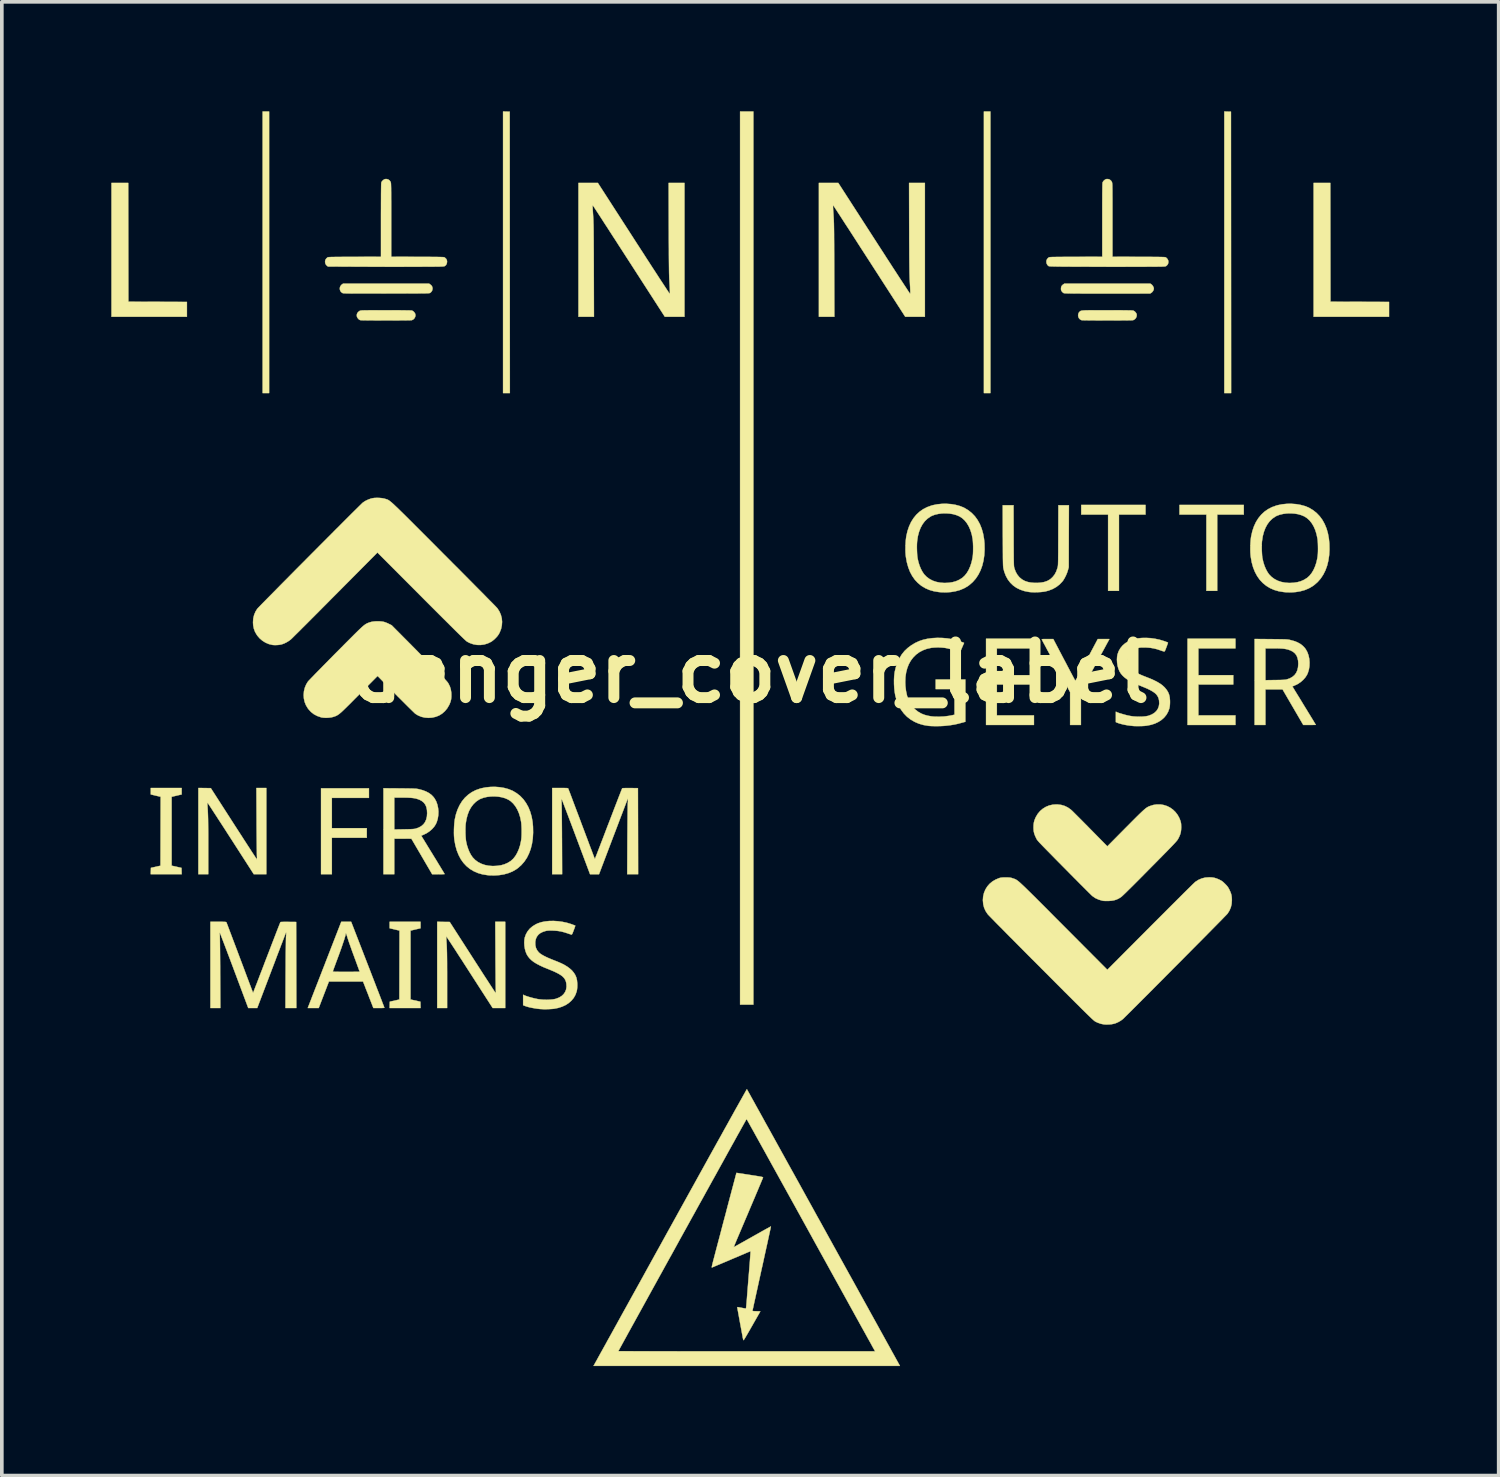
<source format=kicad_pcb>
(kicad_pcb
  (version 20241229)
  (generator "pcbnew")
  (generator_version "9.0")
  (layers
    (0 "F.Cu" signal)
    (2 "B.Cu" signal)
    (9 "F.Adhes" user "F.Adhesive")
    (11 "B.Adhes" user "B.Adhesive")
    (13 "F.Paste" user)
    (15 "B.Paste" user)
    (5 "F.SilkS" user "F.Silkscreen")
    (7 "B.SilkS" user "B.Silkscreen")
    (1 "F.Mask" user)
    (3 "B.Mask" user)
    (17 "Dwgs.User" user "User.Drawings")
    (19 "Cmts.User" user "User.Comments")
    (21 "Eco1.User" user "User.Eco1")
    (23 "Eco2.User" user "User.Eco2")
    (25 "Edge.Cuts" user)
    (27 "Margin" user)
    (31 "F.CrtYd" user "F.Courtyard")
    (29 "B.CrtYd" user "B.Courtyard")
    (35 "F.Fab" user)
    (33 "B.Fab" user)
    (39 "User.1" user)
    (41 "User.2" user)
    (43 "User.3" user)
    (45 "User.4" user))
  (footprint "danger_cover_label"
    (layer "F.Cu")
    (at 17.506 15.373)
    (property "Reference" "danger_cover_label" (at 0 0 0) (layer "F.SilkS") (effects (font (size 1.524 1.524) (thickness 0.3))))
    (attr through_hole)
    (fp_poly (pts (xy -13.183 -7.654) (xy -13.36 -7.654) (xy -13.36 -15.367) (xy -13.183 -15.367) (xy -13.183 -7.654)) (stroke (width 0.01) (type solid)) (fill yes) (layer "F.SilkS"))
    (fp_poly (pts (xy 0.085 9.102) (xy -0.279 9.102) (xy -0.279 -15.367) (xy 0.085 -15.367) (xy 0.085 9.102)) (stroke (width 0.01) (type solid)) (fill yes) (layer "F.SilkS"))
    (fp_poly (pts (xy 6.579 -7.654) (xy 6.401 -7.654) (xy 6.401 -15.367) (xy 6.579 -15.367) (xy 6.579 -7.654)) (stroke (width 0.01) (type solid)) (fill yes) (layer "F.SilkS"))
    (fp_poly (pts (xy -6.591 -15.363) (xy -6.589 -11.508) (xy -6.587 -7.654) (xy -6.773 -7.654) (xy -6.773 -15.368) (xy -6.591 -15.363)) (stroke (width 0.01) (type solid)) (fill yes) (layer "F.SilkS"))
    (fp_poly (pts (xy 13.079 -15.365) (xy 13.17 -15.363) (xy 13.174 -7.654) (xy 12.988 -7.654) (xy 12.988 -15.368) (xy 13.079 -15.365)) (stroke (width 0.01) (type solid)) (fill yes) (layer "F.SilkS"))
    (fp_poly (pts (xy -17.041 -11.783) (xy -17.039 -10.156) (xy -16.237 -10.154) (xy -15.435 -10.151) (xy -15.435 -9.745) (xy -17.501 -9.745) (xy -17.501 -13.411) (xy -17.043 -13.411) (xy -17.041 -11.783)) (stroke (width 0.01) (type solid)) (fill yes) (layer "F.SilkS"))
    (fp_poly (pts (xy 10.829 -4.326) (xy 10.101 -4.326) (xy 10.101 -2.235) (xy 9.804 -2.235) (xy 9.804 -4.326) (xy 9.068 -4.326) (xy 9.068 -4.589) (xy 10.829 -4.589) (xy 10.829 -4.326)) (stroke (width 0.01) (type solid)) (fill yes) (layer "F.SilkS"))
    (fp_poly (pts (xy 13.521 -4.326) (xy 12.793 -4.326) (xy 12.793 -2.235) (xy 12.497 -2.235) (xy 12.497 -4.326) (xy 11.76 -4.326) (xy 11.76 -4.589) (xy 13.521 -4.589) (xy 13.521 -4.326)) (stroke (width 0.01) (type solid)) (fill yes) (layer "F.SilkS"))
    (fp_poly (pts (xy 15.894 -11.783) (xy 15.896 -10.156) (xy 16.698 -10.154) (xy 17.501 -10.151) (xy 17.501 -9.745) (xy 15.435 -9.745) (xy 15.435 -13.411) (xy 15.892 -13.411) (xy 15.894 -11.783)) (stroke (width 0.01) (type solid)) (fill yes) (layer "F.SilkS"))
    (fp_poly (pts (xy -10.448 3.437) (xy -11.464 3.437) (xy -11.464 4.267) (xy -10.507 4.267) (xy -10.507 4.53) (xy -11.464 4.53) (xy -11.464 5.529) (xy -11.76 5.529) (xy -11.76 3.175) (xy -10.448 3.175) (xy -10.448 3.437)) (stroke (width 0.01) (type solid)) (fill yes) (layer "F.SilkS"))
    (fp_poly (pts (xy 7.772 -0.66) (xy 6.756 -0.66) (xy 6.756 0.076) (xy 7.713 0.076) (xy 7.713 0.33) (xy 6.756 0.33) (xy 6.756 1.177) (xy 7.772 1.177) (xy 7.772 1.439) (xy 6.46 1.439) (xy 6.46 -0.923) (xy 7.772 -0.923) (xy 7.772 -0.66)) (stroke (width 0.01) (type solid)) (fill yes) (layer "F.SilkS"))
    (fp_poly (pts (xy 13.293 -0.66) (xy 12.277 -0.66) (xy 12.277 0.076) (xy 13.233 0.076) (xy 13.233 0.33) (xy 12.277 0.33) (xy 12.277 1.177) (xy 13.293 1.177) (xy 13.293 1.439) (xy 11.98 1.439) (xy 11.98 -0.923) (xy 13.293 -0.923) (xy 13.293 -0.66)) (stroke (width 0.01) (type solid)) (fill yes) (layer "F.SilkS"))
    (fp_poly (pts (xy -15.579 3.343) (xy -15.716 3.375) (xy -15.854 3.408) (xy -15.854 5.295) (xy -15.718 5.325) (xy -15.583 5.356) (xy -15.578 5.529) (xy -16.426 5.529) (xy -16.421 5.355) (xy -16.159 5.296) (xy -16.154 3.407) (xy -16.29 3.375) (xy -16.425 3.343) (xy -16.425 3.167) (xy -15.579 3.167) (xy -15.579 3.343)) (stroke (width 0.01) (type solid)) (fill yes) (layer "F.SilkS"))
    (fp_poly (pts (xy -9.034 7.009) (xy -9.172 7.041) (xy -9.309 7.074) (xy -9.309 8.961) (xy -9.038 9.022) (xy -9.036 9.108) (xy -9.033 9.195) (xy -9.881 9.195) (xy -9.879 9.108) (xy -9.876 9.021) (xy -9.614 8.962) (xy -9.612 8.017) (xy -9.61 7.073) (xy -9.745 7.041) (xy -9.881 7.009) (xy -9.881 6.833) (xy -9.034 6.833) (xy -9.034 7.009)) (stroke (width 0.01) (type solid)) (fill yes) (layer "F.SilkS"))
    (fp_poly (pts (xy 10.991 -10.632) (xy 11.015 -10.609) (xy 11.036 -10.578) (xy 11.052 -10.544) (xy 11.057 -10.516) (xy 11.051 -10.482) (xy 11.033 -10.447) (xy 11.007 -10.416) (xy 10.985 -10.399) (xy 10.952 -10.38) (xy 9.783 -10.381) (xy 9.615 -10.381) (xy 9.463 -10.381) (xy 9.326 -10.381) (xy 9.203 -10.381) (xy 9.095 -10.381) (xy 9 -10.382) (xy 8.916 -10.382) (xy 8.845 -10.383) (xy 8.784 -10.383) (xy 8.732 -10.384) (xy 8.69 -10.385) (xy 8.657 -10.386) (xy 8.631 -10.387) (xy 8.612 -10.389) (xy 8.598 -10.39) (xy 8.59 -10.392) (xy 8.588 -10.392) (xy 8.567 -10.406) (xy 8.544 -10.428) (xy 8.538 -10.436) (xy 8.523 -10.459) (xy 8.515 -10.481) (xy 8.513 -10.512) (xy 8.513 -10.516) (xy 8.518 -10.559) (xy 8.533 -10.592) (xy 8.561 -10.621) (xy 8.577 -10.632) (xy 8.605 -10.651) (xy 10.962 -10.651) (xy 10.991 -10.632)) (stroke (width 0.01) (type solid)) (fill yes) (layer "F.SilkS"))
    (fp_poly (pts (xy -8.771 -10.632) (xy -8.733 -10.599) (xy -8.712 -10.562) (xy -8.705 -10.52) (xy -8.706 -10.509) (xy -8.715 -10.465) (xy -8.737 -10.429) (xy -8.766 -10.402) (xy -8.77 -10.399) (xy -8.774 -10.397) (xy -8.779 -10.395) (xy -8.787 -10.393) (xy -8.797 -10.392) (xy -8.812 -10.39) (xy -8.831 -10.389) (xy -8.856 -10.388) (xy -8.888 -10.387) (xy -8.927 -10.386) (xy -8.974 -10.386) (xy -9.03 -10.385) (xy -9.095 -10.385) (xy -9.172 -10.384) (xy -9.26 -10.384) (xy -9.36 -10.384) (xy -9.474 -10.383) (xy -9.602 -10.383) (xy -9.744 -10.383) (xy -9.903 -10.383) (xy -9.968 -10.383) (xy -10.133 -10.382) (xy -10.281 -10.382) (xy -10.415 -10.382) (xy -10.534 -10.382) (xy -10.64 -10.382) (xy -10.732 -10.382) (xy -10.814 -10.382) (xy -10.884 -10.382) (xy -10.944 -10.383) (xy -10.994 -10.383) (xy -11.036 -10.384) (xy -11.071 -10.385) (xy -11.099 -10.386) (xy -11.121 -10.387) (xy -11.138 -10.388) (xy -11.151 -10.389) (xy -11.16 -10.391) (xy -11.167 -10.393) (xy -11.173 -10.395) (xy -11.177 -10.397) (xy -11.213 -10.424) (xy -11.235 -10.46) (xy -11.246 -10.501) (xy -11.244 -10.543) (xy -11.23 -10.583) (xy -11.202 -10.618) (xy -11.185 -10.632) (xy -11.157 -10.651) (xy -8.799 -10.651) (xy -8.771 -10.632)) (stroke (width 0.01) (type solid)) (fill yes) (layer "F.SilkS"))
    (fp_poly (pts (xy 9.829 -0.895) (xy 9.824 -0.885) (xy 9.811 -0.861) (xy 9.791 -0.825) (xy 9.765 -0.777) (xy 9.733 -0.718) (xy 9.696 -0.649) (xy 9.654 -0.572) (xy 9.608 -0.488) (xy 9.559 -0.397) (xy 9.507 -0.301) (xy 9.452 -0.201) (xy 9.439 -0.177) (xy 9.059 0.522) (xy 9.059 1.439) (xy 8.763 1.439) (xy 8.763 0.541) (xy 8.378 -0.172) (xy 8.323 -0.274) (xy 8.27 -0.372) (xy 8.22 -0.465) (xy 8.174 -0.552) (xy 8.131 -0.631) (xy 8.093 -0.703) (xy 8.06 -0.765) (xy 8.032 -0.816) (xy 8.011 -0.856) (xy 7.996 -0.884) (xy 7.989 -0.898) (xy 7.988 -0.9) (xy 7.987 -0.905) (xy 7.991 -0.909) (xy 8.001 -0.911) (xy 8.019 -0.913) (xy 8.049 -0.914) (xy 8.091 -0.914) (xy 8.142 -0.914) (xy 8.302 -0.914) (xy 8.598 -0.35) (xy 8.646 -0.26) (xy 8.691 -0.173) (xy 8.734 -0.092) (xy 8.773 -0.017) (xy 8.809 0.05) (xy 8.839 0.107) (xy 8.865 0.155) (xy 8.884 0.191) (xy 8.897 0.215) (xy 8.903 0.225) (xy 8.903 0.225) (xy 8.906 0.224) (xy 8.914 0.214) (xy 8.926 0.195) (xy 8.943 0.167) (xy 8.965 0.128) (xy 8.993 0.079) (xy 9.026 0.017) (xy 9.066 -0.056) (xy 9.112 -0.143) (xy 9.166 -0.244) (xy 9.216 -0.339) (xy 9.521 -0.914) (xy 9.839 -0.914) (xy 9.829 -0.895)) (stroke (width 0.01) (type solid)) (fill yes) (layer "F.SilkS"))
    (fp_poly (pts (xy -9.854 -9.923) (xy -9.736 -9.922) (xy -9.63 -9.922) (xy -9.536 -9.921) (xy -9.455 -9.92) (xy -9.387 -9.919) (xy -9.335 -9.918) (xy -9.297 -9.917) (xy -9.275 -9.915) (xy -9.271 -9.915) (xy -9.237 -9.898) (xy -9.207 -9.869) (xy -9.184 -9.834) (xy -9.178 -9.818) (xy -9.173 -9.778) (xy -9.183 -9.737) (xy -9.204 -9.699) (xy -9.235 -9.669) (xy -9.271 -9.652) (xy -9.285 -9.65) (xy -9.314 -9.649) (xy -9.356 -9.648) (xy -9.411 -9.647) (xy -9.476 -9.646) (xy -9.551 -9.646) (xy -9.633 -9.645) (xy -9.721 -9.645) (xy -9.813 -9.644) (xy -9.908 -9.644) (xy -10.004 -9.644) (xy -10.1 -9.644) (xy -10.194 -9.645) (xy -10.284 -9.645) (xy -10.369 -9.646) (xy -10.448 -9.646) (xy -10.518 -9.647) (xy -10.579 -9.648) (xy -10.628 -9.649) (xy -10.664 -9.651) (xy -10.685 -9.652) (xy -10.69 -9.653) (xy -10.719 -9.668) (xy -10.746 -9.695) (xy -10.768 -9.728) (xy -10.778 -9.752) (xy -10.781 -9.796) (xy -10.77 -9.838) (xy -10.744 -9.874) (xy -10.707 -9.902) (xy -10.698 -9.907) (xy -10.691 -9.91) (xy -10.683 -9.912) (xy -10.672 -9.914) (xy -10.658 -9.916) (xy -10.639 -9.918) (xy -10.614 -9.919) (xy -10.582 -9.92) (xy -10.542 -9.921) (xy -10.493 -9.921) (xy -10.433 -9.922) (xy -10.362 -9.922) (xy -10.278 -9.922) (xy -10.179 -9.923) (xy -10.066 -9.923) (xy -9.982 -9.923) (xy -9.854 -9.923)) (stroke (width 0.01) (type solid)) (fill yes) (layer "F.SilkS"))
    (fp_poly (pts (xy 9.756 -9.923) (xy 9.781 -9.923) (xy 9.916 -9.923) (xy 10.038 -9.922) (xy 10.147 -9.922) (xy 10.242 -9.921) (xy 10.322 -9.92) (xy 10.388 -9.919) (xy 10.438 -9.918) (xy 10.472 -9.916) (xy 10.49 -9.915) (xy 10.491 -9.914) (xy 10.523 -9.898) (xy 10.552 -9.872) (xy 10.576 -9.839) (xy 10.587 -9.81) (xy 10.587 -9.766) (xy 10.573 -9.724) (xy 10.547 -9.687) (xy 10.512 -9.661) (xy 10.49 -9.652) (xy 10.476 -9.65) (xy 10.448 -9.649) (xy 10.406 -9.648) (xy 10.351 -9.647) (xy 10.286 -9.646) (xy 10.211 -9.646) (xy 10.13 -9.645) (xy 10.042 -9.645) (xy 9.95 -9.644) (xy 9.855 -9.644) (xy 9.759 -9.644) (xy 9.664 -9.644) (xy 9.57 -9.645) (xy 9.48 -9.645) (xy 9.395 -9.646) (xy 9.316 -9.646) (xy 9.246 -9.647) (xy 9.185 -9.648) (xy 9.136 -9.649) (xy 9.1 -9.65) (xy 9.078 -9.652) (xy 9.073 -9.652) (xy 9.036 -9.672) (xy 9.007 -9.702) (xy 8.989 -9.739) (xy 8.982 -9.781) (xy 8.987 -9.822) (xy 9.004 -9.861) (xy 9.023 -9.882) (xy 9.031 -9.89) (xy 9.038 -9.896) (xy 9.047 -9.901) (xy 9.058 -9.906) (xy 9.072 -9.91) (xy 9.09 -9.913) (xy 9.113 -9.916) (xy 9.144 -9.918) (xy 9.181 -9.92) (xy 9.228 -9.921) (xy 9.285 -9.922) (xy 9.352 -9.922) (xy 9.432 -9.923) (xy 9.525 -9.923) (xy 9.633 -9.923) (xy 9.756 -9.923)) (stroke (width 0.01) (type solid)) (fill yes) (layer "F.SilkS"))
    (fp_poly (pts (xy -14.951 3.168) (xy -14.78 3.171) (xy -14.153 4.146) (xy -14.078 4.263) (xy -14.005 4.375) (xy -13.935 4.483) (xy -13.869 4.586) (xy -13.807 4.682) (xy -13.75 4.77) (xy -13.697 4.851) (xy -13.651 4.923) (xy -13.61 4.985) (xy -13.576 5.036) (xy -13.55 5.076) (xy -13.531 5.104) (xy -13.521 5.119) (xy -13.519 5.122) (xy -13.516 5.114) (xy -13.515 5.093) (xy -13.515 5.063) (xy -13.516 5.044) (xy -13.517 5.025) (xy -13.518 4.99) (xy -13.519 4.941) (xy -13.519 4.878) (xy -13.52 4.804) (xy -13.521 4.718) (xy -13.522 4.623) (xy -13.523 4.52) (xy -13.524 4.41) (xy -13.525 4.294) (xy -13.526 4.173) (xy -13.526 4.066) (xy -13.531 3.167) (xy -13.259 3.167) (xy -13.259 5.529) (xy -13.602 5.529) (xy -14.231 4.551) (xy -14.307 4.434) (xy -14.379 4.321) (xy -14.449 4.213) (xy -14.515 4.111) (xy -14.578 4.015) (xy -14.635 3.926) (xy -14.688 3.845) (xy -14.735 3.773) (xy -14.775 3.711) (xy -14.809 3.659) (xy -14.836 3.619) (xy -14.855 3.591) (xy -14.866 3.576) (xy -14.868 3.573) (xy -14.876 3.578) (xy -14.876 3.579) (xy -14.875 3.589) (xy -14.874 3.614) (xy -14.872 3.65) (xy -14.869 3.697) (xy -14.866 3.751) (xy -14.863 3.797) (xy -14.861 3.845) (xy -14.859 3.899) (xy -14.857 3.96) (xy -14.855 4.03) (xy -14.854 4.109) (xy -14.853 4.199) (xy -14.852 4.301) (xy -14.851 4.416) (xy -14.851 4.546) (xy -14.851 4.69) (xy -14.851 4.769) (xy -14.851 5.529) (xy -15.121 5.529) (xy -15.121 3.166) (xy -14.951 3.168)) (stroke (width 0.01) (type solid)) (fill yes) (layer "F.SilkS"))
    (fp_poly (pts (xy -8.406 6.835) (xy -8.235 6.837) (xy -7.608 7.812) (xy -7.533 7.929) (xy -7.46 8.042) (xy -7.391 8.149) (xy -7.325 8.252) (xy -7.263 8.348) (xy -7.205 8.436) (xy -7.153 8.517) (xy -7.106 8.589) (xy -7.066 8.651) (xy -7.032 8.702) (xy -7.005 8.742) (xy -6.986 8.77) (xy -6.976 8.785) (xy -6.974 8.788) (xy -6.971 8.78) (xy -6.97 8.76) (xy -6.971 8.729) (xy -6.972 8.71) (xy -6.972 8.691) (xy -6.973 8.656) (xy -6.974 8.607) (xy -6.975 8.544) (xy -6.976 8.47) (xy -6.977 8.384) (xy -6.977 8.289) (xy -6.978 8.186) (xy -6.979 8.076) (xy -6.98 7.96) (xy -6.981 7.839) (xy -6.981 7.732) (xy -6.986 6.833) (xy -6.714 6.833) (xy -6.714 9.195) (xy -7.057 9.195) (xy -7.687 8.217) (xy -7.762 8.1) (xy -7.835 7.987) (xy -7.904 7.879) (xy -7.971 7.777) (xy -8.033 7.681) (xy -8.09 7.592) (xy -8.143 7.511) (xy -8.19 7.439) (xy -8.231 7.377) (xy -8.265 7.326) (xy -8.291 7.285) (xy -8.31 7.257) (xy -8.321 7.242) (xy -8.323 7.239) (xy -8.331 7.244) (xy -8.331 7.245) (xy -8.33 7.255) (xy -8.329 7.28) (xy -8.327 7.316) (xy -8.324 7.363) (xy -8.321 7.417) (xy -8.318 7.463) (xy -8.316 7.511) (xy -8.314 7.565) (xy -8.312 7.626) (xy -8.31 7.696) (xy -8.309 7.775) (xy -8.308 7.865) (xy -8.307 7.967) (xy -8.307 8.082) (xy -8.306 8.212) (xy -8.306 8.356) (xy -8.306 8.435) (xy -8.306 9.195) (xy -8.577 9.195) (xy -8.577 6.832) (xy -8.406 6.835)) (stroke (width 0.01) (type solid)) (fill yes) (layer "F.SilkS"))
    (fp_poly (pts (xy -2.02 -13.411) (xy -1.803 -13.411) (xy -1.803 -9.745) (xy -2.341 -9.745) (xy -3.318 -11.261) (xy -3.412 -11.406) (xy -3.504 -11.549) (xy -3.593 -11.686) (xy -3.678 -11.819) (xy -3.761 -11.946) (xy -3.839 -12.067) (xy -3.912 -12.181) (xy -3.981 -12.286) (xy -4.044 -12.384) (xy -4.101 -12.473) (xy -4.152 -12.551) (xy -4.197 -12.62) (xy -4.235 -12.678) (xy -4.265 -12.724) (xy -4.287 -12.757) (xy -4.301 -12.778) (xy -4.306 -12.785) (xy -4.317 -12.789) (xy -4.32 -12.787) (xy -4.321 -12.777) (xy -4.32 -12.753) (xy -4.318 -12.716) (xy -4.316 -12.668) (xy -4.312 -12.612) (xy -4.308 -12.551) (xy -4.307 -12.535) (xy -4.305 -12.5) (xy -4.303 -12.465) (xy -4.301 -12.43) (xy -4.299 -12.393) (xy -4.298 -12.354) (xy -4.297 -12.31) (xy -4.295 -12.263) (xy -4.294 -12.209) (xy -4.293 -12.149) (xy -4.292 -12.082) (xy -4.292 -12.006) (xy -4.291 -11.921) (xy -4.29 -11.826) (xy -4.29 -11.719) (xy -4.289 -11.6) (xy -4.288 -11.468) (xy -4.288 -11.321) (xy -4.287 -11.159) (xy -4.287 -11.017) (xy -4.283 -9.745) (xy -4.707 -9.745) (xy -4.707 -13.411) (xy -4.176 -13.411) (xy -3.199 -11.896) (xy -3.105 -11.75) (xy -3.013 -11.608) (xy -2.924 -11.471) (xy -2.839 -11.338) (xy -2.757 -11.212) (xy -2.679 -11.091) (xy -2.605 -10.978) (xy -2.537 -10.873) (xy -2.474 -10.776) (xy -2.416 -10.688) (xy -2.365 -10.61) (xy -2.32 -10.542) (xy -2.283 -10.485) (xy -2.253 -10.44) (xy -2.231 -10.407) (xy -2.217 -10.387) (xy -2.212 -10.38) (xy -2.208 -10.381) (xy -2.205 -10.385) (xy -2.203 -10.393) (xy -2.202 -10.408) (xy -2.202 -10.43) (xy -2.203 -10.461) (xy -2.205 -10.504) (xy -2.207 -10.558) (xy -2.211 -10.626) (xy -2.215 -10.702) (xy -2.217 -10.74) (xy -2.219 -10.782) (xy -2.221 -10.828) (xy -2.222 -10.88) (xy -2.224 -10.938) (xy -2.225 -11.003) (xy -2.226 -11.076) (xy -2.227 -11.158) (xy -2.228 -11.25) (xy -2.229 -11.352) (xy -2.23 -11.467) (xy -2.23 -11.594) (xy -2.231 -11.735) (xy -2.232 -11.89) (xy -2.232 -12.06) (xy -2.233 -12.177) (xy -2.236 -13.411) (xy -2.02 -13.411)) (stroke (width 0.01) (type solid)) (fill yes) (layer "F.SilkS"))
    (fp_poly (pts (xy 4.567 -13.411) (xy 4.784 -13.411) (xy 4.784 -9.745) (xy 4.246 -9.745) (xy 3.269 -11.261) (xy 3.175 -11.406) (xy 3.083 -11.549) (xy 2.994 -11.686) (xy 2.909 -11.819) (xy 2.827 -11.946) (xy 2.749 -12.067) (xy 2.675 -12.181) (xy 2.606 -12.286) (xy 2.543 -12.384) (xy 2.486 -12.473) (xy 2.435 -12.551) (xy 2.39 -12.62) (xy 2.352 -12.678) (xy 2.322 -12.724) (xy 2.3 -12.757) (xy 2.286 -12.778) (xy 2.281 -12.785) (xy 2.27 -12.789) (xy 2.267 -12.787) (xy 2.266 -12.777) (xy 2.267 -12.753) (xy 2.269 -12.716) (xy 2.271 -12.668) (xy 2.275 -12.612) (xy 2.279 -12.551) (xy 2.28 -12.535) (xy 2.282 -12.5) (xy 2.284 -12.465) (xy 2.286 -12.43) (xy 2.288 -12.393) (xy 2.289 -12.354) (xy 2.291 -12.31) (xy 2.292 -12.263) (xy 2.293 -12.209) (xy 2.294 -12.149) (xy 2.295 -12.082) (xy 2.296 -12.006) (xy 2.296 -11.921) (xy 2.297 -11.826) (xy 2.298 -11.719) (xy 2.298 -11.6) (xy 2.299 -11.468) (xy 2.299 -11.321) (xy 2.3 -11.159) (xy 2.3 -11.017) (xy 2.304 -9.745) (xy 1.88 -9.745) (xy 1.88 -13.411) (xy 2.411 -13.411) (xy 3.388 -11.896) (xy 3.482 -11.75) (xy 3.574 -11.608) (xy 3.663 -11.471) (xy 3.748 -11.338) (xy 3.83 -11.212) (xy 3.908 -11.091) (xy 3.982 -10.978) (xy 4.05 -10.873) (xy 4.113 -10.776) (xy 4.171 -10.688) (xy 4.222 -10.61) (xy 4.267 -10.542) (xy 4.304 -10.485) (xy 4.334 -10.44) (xy 4.356 -10.407) (xy 4.37 -10.387) (xy 4.375 -10.38) (xy 4.379 -10.381) (xy 4.382 -10.385) (xy 4.384 -10.393) (xy 4.385 -10.408) (xy 4.385 -10.43) (xy 4.384 -10.461) (xy 4.382 -10.504) (xy 4.38 -10.558) (xy 4.376 -10.626) (xy 4.372 -10.702) (xy 4.37 -10.74) (xy 4.368 -10.782) (xy 4.366 -10.828) (xy 4.365 -10.88) (xy 4.363 -10.938) (xy 4.362 -11.003) (xy 4.361 -11.076) (xy 4.36 -11.158) (xy 4.359 -11.25) (xy 4.358 -11.352) (xy 4.357 -11.467) (xy 4.357 -11.594) (xy 4.356 -11.735) (xy 4.355 -11.89) (xy 4.355 -12.06) (xy 4.354 -12.177) (xy 4.351 -13.411) (xy 4.567 -13.411)) (stroke (width 0.01) (type solid)) (fill yes) (layer "F.SilkS"))
    (fp_poly (pts (xy 14.26 -0.912) (xy 14.359 -0.911) (xy 14.443 -0.91) (xy 14.513 -0.909) (xy 14.571 -0.908) (xy 14.619 -0.907) (xy 14.658 -0.906) (xy 14.689 -0.904) (xy 14.715 -0.902) (xy 14.737 -0.899) (xy 14.757 -0.896) (xy 14.776 -0.893) (xy 14.783 -0.891) (xy 14.892 -0.862) (xy 14.986 -0.827) (xy 15.067 -0.783) (xy 15.136 -0.73) (xy 15.194 -0.669) (xy 15.221 -0.632) (xy 15.264 -0.554) (xy 15.295 -0.467) (xy 15.315 -0.372) (xy 15.323 -0.274) (xy 15.32 -0.176) (xy 15.305 -0.08) (xy 15.278 0.01) (xy 15.251 0.07) (xy 15.206 0.139) (xy 15.147 0.205) (xy 15.078 0.265) (xy 15 0.317) (xy 14.917 0.357) (xy 14.852 0.384) (xy 14.897 0.456) (xy 14.909 0.477) (xy 14.929 0.51) (xy 14.957 0.555) (xy 14.99 0.609) (xy 15.029 0.672) (xy 15.072 0.742) (xy 15.118 0.818) (xy 15.166 0.897) (xy 15.216 0.979) (xy 15.218 0.981) (xy 15.266 1.06) (xy 15.312 1.135) (xy 15.354 1.204) (xy 15.393 1.267) (xy 15.426 1.322) (xy 15.453 1.367) (xy 15.474 1.402) (xy 15.488 1.425) (xy 15.494 1.435) (xy 15.494 1.436) (xy 15.486 1.437) (xy 15.463 1.438) (xy 15.429 1.438) (xy 15.385 1.439) (xy 15.335 1.439) (xy 15.323 1.439) (xy 15.151 1.439) (xy 14.584 0.466) (xy 14.349 0.466) (xy 14.114 0.466) (xy 14.114 1.439) (xy 13.818 1.439) (xy 13.818 -0.66) (xy 14.114 -0.66) (xy 14.114 0.213) (xy 14.379 0.209) (xy 14.458 0.208) (xy 14.523 0.207) (xy 14.575 0.205) (xy 14.616 0.203) (xy 14.648 0.2) (xy 14.674 0.197) (xy 14.694 0.192) (xy 14.697 0.192) (xy 14.782 0.163) (xy 14.853 0.123) (xy 14.912 0.073) (xy 14.957 0.012) (xy 14.989 -0.06) (xy 15.008 -0.142) (xy 15.015 -0.233) (xy 15.01 -0.322) (xy 14.993 -0.399) (xy 14.966 -0.465) (xy 14.925 -0.52) (xy 14.872 -0.565) (xy 14.805 -0.601) (xy 14.736 -0.626) (xy 14.696 -0.636) (xy 14.654 -0.644) (xy 14.606 -0.651) (xy 14.551 -0.655) (xy 14.486 -0.658) (xy 14.408 -0.66) (xy 14.324 -0.66) (xy 14.114 -0.66) (xy 13.818 -0.66) (xy 13.818 -0.916) (xy 14.26 -0.912)) (stroke (width 0.01) (type solid)) (fill yes) (layer "F.SilkS"))
    (fp_poly (pts (xy -9.608 3.177) (xy -9.508 3.178) (xy -9.425 3.179) (xy -9.354 3.18) (xy -9.296 3.181) (xy -9.249 3.182) (xy -9.21 3.184) (xy -9.178 3.185) (xy -9.152 3.187) (xy -9.13 3.19) (xy -9.111 3.193) (xy -9.092 3.197) (xy -9.085 3.198) (xy -8.976 3.227) (xy -8.882 3.263) (xy -8.8 3.307) (xy -8.731 3.359) (xy -8.673 3.421) (xy -8.647 3.457) (xy -8.604 3.535) (xy -8.573 3.623) (xy -8.553 3.717) (xy -8.544 3.815) (xy -8.548 3.913) (xy -8.563 4.009) (xy -8.59 4.1) (xy -8.617 4.159) (xy -8.661 4.228) (xy -8.72 4.294) (xy -8.79 4.354) (xy -8.868 4.406) (xy -8.95 4.446) (xy -9.015 4.473) (xy -8.971 4.546) (xy -8.958 4.566) (xy -8.938 4.599) (xy -8.911 4.644) (xy -8.877 4.699) (xy -8.839 4.762) (xy -8.796 4.832) (xy -8.75 4.907) (xy -8.701 4.986) (xy -8.651 5.068) (xy -8.65 5.07) (xy -8.601 5.149) (xy -8.556 5.224) (xy -8.513 5.294) (xy -8.475 5.357) (xy -8.442 5.411) (xy -8.414 5.457) (xy -8.393 5.491) (xy -8.38 5.515) (xy -8.374 5.525) (xy -8.374 5.525) (xy -8.382 5.526) (xy -8.404 5.527) (xy -8.438 5.528) (xy -8.482 5.528) (xy -8.533 5.529) (xy -8.545 5.529) (xy -8.716 5.528) (xy -9 5.042) (xy -9.284 4.556) (xy -9.519 4.555) (xy -9.754 4.555) (xy -9.754 5.529) (xy -10.05 5.529) (xy -10.05 3.429) (xy -9.754 3.429) (xy -9.754 4.303) (xy -9.489 4.299) (xy -9.409 4.297) (xy -9.344 4.296) (xy -9.292 4.294) (xy -9.251 4.292) (xy -9.219 4.289) (xy -9.194 4.286) (xy -9.174 4.282) (xy -9.17 4.281) (xy -9.086 4.252) (xy -9.014 4.212) (xy -8.956 4.162) (xy -8.911 4.102) (xy -8.879 4.03) (xy -8.859 3.947) (xy -8.853 3.857) (xy -8.858 3.767) (xy -8.874 3.69) (xy -8.902 3.625) (xy -8.942 3.57) (xy -8.996 3.525) (xy -9.063 3.488) (xy -9.131 3.464) (xy -9.171 3.453) (xy -9.214 3.445) (xy -9.262 3.439) (xy -9.317 3.434) (xy -9.382 3.431) (xy -9.459 3.429) (xy -9.544 3.429) (xy -9.754 3.429) (xy -10.05 3.429) (xy -10.05 3.174) (xy -9.608 3.177)) (stroke (width 0.01) (type solid)) (fill yes) (layer "F.SilkS"))
    (fp_poly (pts (xy 5.264 -0.944) (xy 5.404 -0.932) (xy 5.532 -0.91) (xy 5.579 -0.899) (xy 5.632 -0.885) (xy 5.688 -0.869) (xy 5.743 -0.852) (xy 5.79 -0.836) (xy 5.827 -0.822) (xy 5.835 -0.819) (xy 5.858 -0.809) (xy 5.747 -0.553) (xy 5.683 -0.577) (xy 5.62 -0.6) (xy 5.547 -0.622) (xy 5.473 -0.642) (xy 5.401 -0.66) (xy 5.338 -0.672) (xy 5.33 -0.673) (xy 5.251 -0.681) (xy 5.164 -0.685) (xy 5.076 -0.684) (xy 4.994 -0.678) (xy 4.961 -0.674) (xy 4.842 -0.648) (xy 4.733 -0.608) (xy 4.634 -0.556) (xy 4.545 -0.491) (xy 4.467 -0.414) (xy 4.4 -0.326) (xy 4.344 -0.227) (xy 4.301 -0.118) (xy 4.27 0.001) (xy 4.251 0.13) (xy 4.246 0.266) (xy 4.25 0.37) (xy 4.267 0.508) (xy 4.294 0.633) (xy 4.332 0.746) (xy 4.381 0.846) (xy 4.442 0.934) (xy 4.514 1.011) (xy 4.597 1.076) (xy 4.601 1.079) (xy 4.679 1.124) (xy 4.763 1.159) (xy 4.855 1.185) (xy 4.957 1.203) (xy 5.037 1.211) (xy 5.173 1.214) (xy 5.313 1.207) (xy 5.451 1.189) (xy 5.539 1.172) (xy 5.596 1.158) (xy 5.596 0.457) (xy 5.08 0.457) (xy 5.08 0.195) (xy 5.893 0.195) (xy 5.893 1.352) (xy 5.798 1.378) (xy 5.689 1.407) (xy 5.588 1.429) (xy 5.488 1.445) (xy 5.382 1.458) (xy 5.305 1.465) (xy 5.24 1.469) (xy 5.167 1.471) (xy 5.092 1.472) (xy 5.019 1.471) (xy 4.953 1.469) (xy 4.897 1.465) (xy 4.885 1.464) (xy 4.748 1.441) (xy 4.619 1.404) (xy 4.501 1.353) (xy 4.392 1.289) (xy 4.294 1.213) (xy 4.207 1.123) (xy 4.132 1.022) (xy 4.068 0.908) (xy 4.016 0.783) (xy 3.977 0.647) (xy 3.972 0.626) (xy 3.956 0.532) (xy 3.945 0.428) (xy 3.939 0.319) (xy 3.938 0.21) (xy 3.943 0.105) (xy 3.954 0.009) (xy 3.958 -0.017) (xy 3.987 -0.138) (xy 4.027 -0.257) (xy 4.079 -0.371) (xy 4.139 -0.475) (xy 4.156 -0.5) (xy 4.227 -0.588) (xy 4.313 -0.669) (xy 4.41 -0.742) (xy 4.516 -0.806) (xy 4.628 -0.858) (xy 4.731 -0.893) (xy 4.853 -0.921) (xy 4.984 -0.939) (xy 5.123 -0.947) (xy 5.264 -0.944)) (stroke (width 0.01) (type solid)) (fill yes) (layer "F.SilkS"))
    (fp_poly (pts (xy 7.216 -3.749) (xy 7.216 -3.612) (xy 7.216 -3.49) (xy 7.217 -3.384) (xy 7.217 -3.291) (xy 7.218 -3.211) (xy 7.218 -3.143) (xy 7.219 -3.085) (xy 7.22 -3.036) (xy 7.221 -2.996) (xy 7.222 -2.964) (xy 7.223 -2.937) (xy 7.225 -2.916) (xy 7.226 -2.899) (xy 7.229 -2.885) (xy 7.231 -2.873) (xy 7.234 -2.863) (xy 7.237 -2.851) (xy 7.237 -2.851) (xy 7.271 -2.758) (xy 7.317 -2.677) (xy 7.374 -2.607) (xy 7.442 -2.55) (xy 7.521 -2.506) (xy 7.607 -2.477) (xy 7.687 -2.462) (xy 7.776 -2.454) (xy 7.869 -2.453) (xy 7.958 -2.46) (xy 8.04 -2.474) (xy 8.053 -2.477) (xy 8.14 -2.507) (xy 8.216 -2.551) (xy 8.281 -2.609) (xy 8.337 -2.679) (xy 8.382 -2.763) (xy 8.416 -2.861) (xy 8.418 -2.866) (xy 8.421 -2.877) (xy 8.424 -2.889) (xy 8.426 -2.901) (xy 8.428 -2.914) (xy 8.43 -2.931) (xy 8.432 -2.952) (xy 8.433 -2.978) (xy 8.434 -3.01) (xy 8.435 -3.05) (xy 8.436 -3.097) (xy 8.436 -3.154) (xy 8.437 -3.222) (xy 8.438 -3.301) (xy 8.438 -3.393) (xy 8.438 -3.499) (xy 8.439 -3.619) (xy 8.439 -3.755) (xy 8.439 -3.757) (xy 8.442 -4.58) (xy 8.73 -4.58) (xy 8.727 -3.732) (xy 8.725 -2.883) (xy 8.702 -2.798) (xy 8.679 -2.728) (xy 8.649 -2.657) (xy 8.614 -2.588) (xy 8.578 -2.527) (xy 8.551 -2.491) (xy 8.475 -2.411) (xy 8.387 -2.343) (xy 8.288 -2.287) (xy 8.179 -2.244) (xy 8.081 -2.218) (xy 8.024 -2.209) (xy 7.955 -2.202) (xy 7.88 -2.198) (xy 7.803 -2.196) (xy 7.729 -2.197) (xy 7.665 -2.201) (xy 7.633 -2.205) (xy 7.508 -2.23) (xy 7.396 -2.268) (xy 7.294 -2.318) (xy 7.204 -2.381) (xy 7.126 -2.456) (xy 7.059 -2.543) (xy 7.004 -2.642) (xy 6.961 -2.753) (xy 6.94 -2.832) (xy 6.937 -2.845) (xy 6.935 -2.858) (xy 6.932 -2.872) (xy 6.93 -2.889) (xy 6.929 -2.908) (xy 6.927 -2.933) (xy 6.926 -2.962) (xy 6.925 -2.998) (xy 6.924 -3.042) (xy 6.923 -3.094) (xy 6.922 -3.156) (xy 6.922 -3.229) (xy 6.921 -3.314) (xy 6.921 -3.412) (xy 6.92 -3.524) (xy 6.92 -3.651) (xy 6.919 -3.744) (xy 6.917 -4.58) (xy 7.213 -4.58) (xy 7.216 -3.749)) (stroke (width 0.01) (type solid)) (fill yes) (layer "F.SilkS"))
    (fp_poly (pts (xy -10.48 8.007) (xy -10.427 8.142) (xy -10.377 8.273) (xy -10.328 8.399) (xy -10.282 8.518) (xy -10.239 8.631) (xy -10.198 8.735) (xy -10.161 8.831) (xy -10.128 8.918) (xy -10.098 8.994) (xy -10.074 9.059) (xy -10.053 9.112) (xy -10.038 9.151) (xy -10.029 9.177) (xy -10.025 9.188) (xy -10.024 9.188) (xy -10.033 9.19) (xy -10.055 9.192) (xy -10.089 9.194) (xy -10.131 9.195) (xy -10.175 9.195) (xy -10.326 9.195) (xy -10.409 8.981) (xy -10.436 8.914) (xy -10.463 8.842) (xy -10.491 8.77) (xy -10.518 8.703) (xy -10.541 8.644) (xy -10.551 8.617) (xy -10.61 8.467) (xy -11.077 8.467) (xy -11.544 8.467) (xy -11.824 9.195) (xy -12.124 9.195) (xy -12.113 9.167) (xy -12.109 9.156) (xy -12.099 9.13) (xy -12.083 9.091) (xy -12.063 9.038) (xy -12.037 8.973) (xy -12.008 8.896) (xy -11.974 8.809) (xy -11.937 8.713) (xy -11.896 8.608) (xy -11.852 8.496) (xy -11.806 8.377) (xy -11.757 8.252) (xy -11.735 8.195) (xy -11.438 8.195) (xy -11.433 8.197) (xy -11.416 8.199) (xy -11.387 8.201) (xy -11.345 8.202) (xy -11.289 8.203) (xy -11.218 8.204) (xy -11.131 8.204) (xy -11.07 8.204) (xy -10.993 8.204) (xy -10.921 8.204) (xy -10.857 8.203) (xy -10.801 8.203) (xy -10.757 8.202) (xy -10.724 8.201) (xy -10.706 8.2) (xy -10.702 8.199) (xy -10.705 8.191) (xy -10.713 8.168) (xy -10.726 8.132) (xy -10.743 8.085) (xy -10.764 8.028) (xy -10.788 7.962) (xy -10.814 7.89) (xy -10.843 7.813) (xy -10.849 7.795) (xy -10.88 7.712) (xy -10.91 7.63) (xy -10.938 7.551) (xy -10.964 7.477) (xy -10.988 7.411) (xy -11.007 7.353) (xy -11.022 7.308) (xy -11.032 7.277) (xy -11.049 7.221) (xy -11.063 7.18) (xy -11.073 7.155) (xy -11.08 7.146) (xy -11.083 7.153) (xy -11.083 7.156) (xy -11.086 7.177) (xy -11.094 7.212) (xy -11.108 7.26) (xy -11.126 7.32) (xy -11.149 7.389) (xy -11.175 7.466) (xy -11.204 7.551) (xy -11.236 7.64) (xy -11.27 7.734) (xy -11.302 7.82) (xy -11.33 7.895) (xy -11.356 7.965) (xy -11.379 8.029) (xy -11.4 8.084) (xy -11.416 8.13) (xy -11.429 8.165) (xy -11.436 8.187) (xy -11.438 8.195) (xy -11.735 8.195) (xy -11.707 8.122) (xy -11.654 7.988) (xy -11.654 7.986) (xy -11.206 6.833) (xy -11.07 6.833) (xy -10.935 6.833) (xy -10.48 8.007)) (stroke (width 0.01) (type solid)) (fill yes) (layer "F.SilkS"))
    (fp_poly (pts (xy -9.915 -13.504) (xy -9.879 -13.476) (xy -9.856 -13.442) (xy -9.853 -13.436) (xy -9.851 -13.43) (xy -9.849 -13.423) (xy -9.847 -13.413) (xy -9.845 -13.4) (xy -9.844 -13.383) (xy -9.843 -13.361) (xy -9.842 -13.333) (xy -9.841 -13.298) (xy -9.84 -13.255) (xy -9.84 -13.204) (xy -9.839 -13.143) (xy -9.839 -13.071) (xy -9.839 -12.987) (xy -9.838 -12.891) (xy -9.838 -12.782) (xy -9.838 -12.658) (xy -9.838 -12.519) (xy -9.838 -12.397) (xy -9.838 -11.388) (xy -9.115 -11.386) (xy -8.988 -11.385) (xy -8.876 -11.385) (xy -8.78 -11.385) (xy -8.697 -11.384) (xy -8.626 -11.384) (xy -8.567 -11.383) (xy -8.518 -11.382) (xy -8.479 -11.381) (xy -8.448 -11.38) (xy -8.424 -11.379) (xy -8.406 -11.378) (xy -8.393 -11.376) (xy -8.383 -11.374) (xy -8.377 -11.371) (xy -8.372 -11.369) (xy -8.368 -11.366) (xy -8.332 -11.332) (xy -8.313 -11.295) (xy -8.307 -11.252) (xy -8.308 -11.243) (xy -8.318 -11.194) (xy -8.34 -11.157) (xy -8.374 -11.132) (xy -8.376 -11.131) (xy -8.382 -11.128) (xy -8.391 -11.126) (xy -8.404 -11.125) (xy -8.422 -11.123) (xy -8.446 -11.122) (xy -8.476 -11.12) (xy -8.515 -11.119) (xy -8.563 -11.119) (xy -8.62 -11.118) (xy -8.689 -11.117) (xy -8.769 -11.117) (xy -8.863 -11.116) (xy -8.97 -11.116) (xy -9.093 -11.115) (xy -9.204 -11.115) (xy -9.344 -11.115) (xy -9.497 -11.114) (xy -9.659 -11.114) (xy -9.828 -11.114) (xy -10 -11.114) (xy -10.172 -11.115) (xy -10.34 -11.115) (xy -10.501 -11.116) (xy -10.651 -11.116) (xy -10.787 -11.117) (xy -11.57 -11.121) (xy -11.596 -11.14) (xy -11.625 -11.17) (xy -11.644 -11.209) (xy -11.65 -11.251) (xy -11.644 -11.292) (xy -11.631 -11.32) (xy -11.612 -11.344) (xy -11.59 -11.364) (xy -11.588 -11.366) (xy -11.584 -11.369) (xy -11.579 -11.372) (xy -11.572 -11.374) (xy -11.562 -11.376) (xy -11.549 -11.378) (xy -11.53 -11.379) (xy -11.505 -11.38) (xy -11.474 -11.382) (xy -11.433 -11.382) (xy -11.384 -11.383) (xy -11.324 -11.384) (xy -11.252 -11.384) (xy -11.168 -11.385) (xy -11.07 -11.385) (xy -10.957 -11.385) (xy -10.841 -11.386) (xy -10.118 -11.388) (xy -10.118 -12.389) (xy -10.118 -12.559) (xy -10.117 -12.715) (xy -10.117 -12.856) (xy -10.116 -12.982) (xy -10.116 -13.092) (xy -10.115 -13.187) (xy -10.114 -13.266) (xy -10.113 -13.33) (xy -10.112 -13.377) (xy -10.11 -13.407) (xy -10.109 -13.421) (xy -10.094 -13.452) (xy -10.067 -13.481) (xy -10.035 -13.505) (xy -10.004 -13.517) (xy -9.958 -13.518) (xy -9.915 -13.504)) (stroke (width 0.01) (type solid)) (fill yes) (layer "F.SilkS"))
    (fp_poly (pts (xy -6.864 3.145) (xy -6.742 3.165) (xy -6.628 3.196) (xy -6.524 3.238) (xy -6.504 3.247) (xy -6.398 3.311) (xy -6.301 3.388) (xy -6.216 3.477) (xy -6.143 3.579) (xy -6.08 3.691) (xy -6.03 3.815) (xy -5.991 3.949) (xy -5.965 4.094) (xy -5.953 4.224) (xy -5.95 4.39) (xy -5.959 4.547) (xy -5.981 4.695) (xy -6.015 4.833) (xy -6.062 4.96) (xy -6.12 5.078) (xy -6.191 5.184) (xy -6.273 5.278) (xy -6.367 5.361) (xy -6.416 5.396) (xy -6.515 5.453) (xy -6.626 5.498) (xy -6.746 5.532) (xy -6.874 5.553) (xy -7.008 5.562) (xy -7.148 5.559) (xy -7.209 5.553) (xy -7.342 5.531) (xy -7.466 5.495) (xy -7.579 5.445) (xy -7.683 5.382) (xy -7.776 5.306) (xy -7.859 5.217) (xy -7.931 5.116) (xy -7.991 5.002) (xy -8.041 4.877) (xy -8.079 4.74) (xy -8.106 4.591) (xy -8.112 4.539) (xy -8.117 4.47) (xy -8.119 4.39) (xy -8.118 4.346) (xy -7.805 4.346) (xy -7.803 4.42) (xy -7.8 4.491) (xy -7.795 4.556) (xy -7.789 4.61) (xy -7.786 4.63) (xy -7.763 4.732) (xy -7.731 4.831) (xy -7.694 4.922) (xy -7.651 5.002) (xy -7.606 5.067) (xy -7.538 5.137) (xy -7.459 5.196) (xy -7.369 5.242) (xy -7.271 5.276) (xy -7.165 5.297) (xy -7.052 5.305) (xy -6.933 5.299) (xy -6.825 5.283) (xy -6.735 5.257) (xy -6.647 5.219) (xy -6.566 5.169) (xy -6.557 5.162) (xy -6.493 5.104) (xy -6.435 5.03) (xy -6.385 4.944) (xy -6.342 4.847) (xy -6.307 4.74) (xy -6.282 4.624) (xy -6.273 4.568) (xy -6.268 4.513) (xy -6.265 4.446) (xy -6.264 4.372) (xy -6.264 4.296) (xy -6.267 4.222) (xy -6.271 4.155) (xy -6.277 4.1) (xy -6.278 4.095) (xy -6.302 3.973) (xy -6.337 3.86) (xy -6.381 3.759) (xy -6.434 3.669) (xy -6.495 3.592) (xy -6.564 3.528) (xy -6.636 3.482) (xy -6.718 3.446) (xy -6.81 3.42) (xy -6.909 3.403) (xy -7.011 3.396) (xy -7.114 3.399) (xy -7.213 3.411) (xy -7.307 3.433) (xy -7.391 3.464) (xy -7.433 3.485) (xy -7.515 3.542) (xy -7.588 3.613) (xy -7.651 3.697) (xy -7.704 3.793) (xy -7.746 3.902) (xy -7.777 4.023) (xy -7.798 4.155) (xy -7.798 4.156) (xy -7.802 4.21) (xy -7.804 4.275) (xy -7.805 4.346) (xy -8.118 4.346) (xy -8.118 4.304) (xy -8.114 4.217) (xy -8.108 4.135) (xy -8.1 4.061) (xy -8.095 4.026) (xy -8.063 3.885) (xy -8.019 3.755) (xy -7.963 3.636) (xy -7.897 3.529) (xy -7.819 3.434) (xy -7.73 3.352) (xy -7.631 3.282) (xy -7.522 3.226) (xy -7.403 3.184) (xy -7.37 3.175) (xy -7.246 3.15) (xy -7.119 3.137) (xy -6.99 3.135) (xy -6.864 3.145)) (stroke (width 0.01) (type solid)) (fill yes) (layer "F.SilkS"))
    (fp_poly (pts (xy 5.506 -4.611) (xy 5.628 -4.59) (xy 5.742 -4.559) (xy 5.846 -4.518) (xy 5.865 -4.508) (xy 5.972 -4.444) (xy 6.068 -4.367) (xy 6.154 -4.278) (xy 6.227 -4.177) (xy 6.29 -4.064) (xy 6.34 -3.94) (xy 6.378 -3.806) (xy 6.404 -3.662) (xy 6.417 -3.532) (xy 6.42 -3.366) (xy 6.411 -3.209) (xy 6.389 -3.061) (xy 6.355 -2.923) (xy 6.308 -2.795) (xy 6.249 -2.678) (xy 6.179 -2.572) (xy 6.096 -2.477) (xy 6.002 -2.395) (xy 5.954 -2.36) (xy 5.854 -2.303) (xy 5.744 -2.257) (xy 5.624 -2.224) (xy 5.496 -2.202) (xy 5.362 -2.193) (xy 5.222 -2.197) (xy 5.16 -2.203) (xy 5.028 -2.225) (xy 4.904 -2.261) (xy 4.791 -2.311) (xy 4.687 -2.374) (xy 4.594 -2.45) (xy 4.511 -2.538) (xy 4.439 -2.64) (xy 4.378 -2.753) (xy 4.329 -2.879) (xy 4.291 -3.016) (xy 4.264 -3.164) (xy 4.258 -3.217) (xy 4.253 -3.285) (xy 4.251 -3.365) (xy 4.252 -3.409) (xy 4.565 -3.409) (xy 4.567 -3.336) (xy 4.57 -3.265) (xy 4.574 -3.2) (xy 4.581 -3.146) (xy 4.584 -3.126) (xy 4.607 -3.023) (xy 4.638 -2.925) (xy 4.676 -2.834) (xy 4.719 -2.754) (xy 4.764 -2.688) (xy 4.832 -2.618) (xy 4.911 -2.56) (xy 5 -2.513) (xy 5.099 -2.48) (xy 5.205 -2.459) (xy 5.318 -2.451) (xy 5.437 -2.456) (xy 5.545 -2.473) (xy 5.635 -2.498) (xy 5.723 -2.537) (xy 5.804 -2.587) (xy 5.812 -2.593) (xy 5.876 -2.652) (xy 5.934 -2.725) (xy 5.985 -2.811) (xy 6.028 -2.909) (xy 6.063 -3.016) (xy 6.088 -3.131) (xy 6.097 -3.188) (xy 6.102 -3.243) (xy 6.105 -3.309) (xy 6.106 -3.383) (xy 6.106 -3.459) (xy 6.103 -3.533) (xy 6.099 -3.6) (xy 6.093 -3.655) (xy 6.092 -3.66) (xy 6.068 -3.783) (xy 6.033 -3.895) (xy 5.989 -3.997) (xy 5.936 -4.087) (xy 5.875 -4.164) (xy 5.806 -4.227) (xy 5.734 -4.274) (xy 5.652 -4.309) (xy 5.56 -4.336) (xy 5.461 -4.352) (xy 5.359 -4.359) (xy 5.256 -4.357) (xy 5.157 -4.344) (xy 5.063 -4.323) (xy 4.979 -4.292) (xy 4.937 -4.27) (xy 4.855 -4.213) (xy 4.782 -4.143) (xy 4.719 -4.059) (xy 4.666 -3.962) (xy 4.624 -3.853) (xy 4.592 -3.733) (xy 4.572 -3.601) (xy 4.572 -3.6) (xy 4.568 -3.545) (xy 4.565 -3.481) (xy 4.565 -3.409) (xy 4.252 -3.409) (xy 4.252 -3.451) (xy 4.256 -3.538) (xy 4.261 -3.621) (xy 4.27 -3.695) (xy 4.275 -3.729) (xy 4.307 -3.871) (xy 4.351 -4.001) (xy 4.406 -4.12) (xy 4.473 -4.227) (xy 4.551 -4.322) (xy 4.64 -4.404) (xy 4.738 -4.473) (xy 4.848 -4.529) (xy 4.966 -4.572) (xy 4.999 -4.581) (xy 5.123 -4.606) (xy 5.251 -4.619) (xy 5.38 -4.62) (xy 5.506 -4.611)) (stroke (width 0.01) (type solid)) (fill yes) (layer "F.SilkS"))
    (fp_poly (pts (xy 14.955 -4.611) (xy 15.076 -4.59) (xy 15.191 -4.559) (xy 15.295 -4.518) (xy 15.314 -4.508) (xy 15.421 -4.444) (xy 15.517 -4.367) (xy 15.602 -4.278) (xy 15.676 -4.177) (xy 15.738 -4.064) (xy 15.789 -3.94) (xy 15.827 -3.806) (xy 15.853 -3.662) (xy 15.866 -3.532) (xy 15.869 -3.366) (xy 15.86 -3.209) (xy 15.838 -3.061) (xy 15.804 -2.923) (xy 15.757 -2.795) (xy 15.698 -2.678) (xy 15.628 -2.572) (xy 15.545 -2.477) (xy 15.451 -2.395) (xy 15.402 -2.36) (xy 15.303 -2.303) (xy 15.193 -2.257) (xy 15.073 -2.224) (xy 14.945 -2.202) (xy 14.81 -2.193) (xy 14.671 -2.197) (xy 14.609 -2.203) (xy 14.476 -2.225) (xy 14.353 -2.261) (xy 14.239 -2.311) (xy 14.136 -2.374) (xy 14.043 -2.45) (xy 13.96 -2.538) (xy 13.888 -2.64) (xy 13.827 -2.753) (xy 13.777 -2.879) (xy 13.739 -3.016) (xy 13.713 -3.164) (xy 13.707 -3.217) (xy 13.702 -3.285) (xy 13.7 -3.365) (xy 13.7 -3.409) (xy 14.014 -3.409) (xy 14.015 -3.336) (xy 14.019 -3.265) (xy 14.023 -3.2) (xy 14.029 -3.146) (xy 14.033 -3.126) (xy 14.056 -3.023) (xy 14.087 -2.925) (xy 14.125 -2.834) (xy 14.168 -2.754) (xy 14.213 -2.688) (xy 14.281 -2.618) (xy 14.36 -2.56) (xy 14.449 -2.513) (xy 14.547 -2.48) (xy 14.654 -2.459) (xy 14.767 -2.451) (xy 14.885 -2.456) (xy 14.994 -2.473) (xy 15.084 -2.498) (xy 15.172 -2.537) (xy 15.252 -2.587) (xy 15.261 -2.593) (xy 15.325 -2.652) (xy 15.383 -2.725) (xy 15.434 -2.811) (xy 15.477 -2.909) (xy 15.512 -3.016) (xy 15.537 -3.131) (xy 15.545 -3.188) (xy 15.551 -3.243) (xy 15.554 -3.309) (xy 15.555 -3.383) (xy 15.554 -3.459) (xy 15.552 -3.533) (xy 15.548 -3.6) (xy 15.542 -3.655) (xy 15.541 -3.66) (xy 15.516 -3.783) (xy 15.482 -3.895) (xy 15.438 -3.997) (xy 15.385 -4.087) (xy 15.324 -4.164) (xy 15.254 -4.227) (xy 15.183 -4.274) (xy 15.1 -4.309) (xy 15.008 -4.336) (xy 14.91 -4.352) (xy 14.808 -4.359) (xy 14.705 -4.357) (xy 14.605 -4.344) (xy 14.512 -4.323) (xy 14.427 -4.292) (xy 14.386 -4.27) (xy 14.303 -4.213) (xy 14.231 -4.143) (xy 14.168 -4.059) (xy 14.115 -3.962) (xy 14.073 -3.853) (xy 14.041 -3.733) (xy 14.021 -3.601) (xy 14.02 -3.6) (xy 14.016 -3.545) (xy 14.014 -3.481) (xy 14.014 -3.409) (xy 13.7 -3.409) (xy 13.701 -3.451) (xy 13.704 -3.538) (xy 13.71 -3.621) (xy 13.718 -3.695) (xy 13.724 -3.729) (xy 13.756 -3.871) (xy 13.8 -4.001) (xy 13.855 -4.12) (xy 13.922 -4.227) (xy 14 -4.322) (xy 14.088 -4.404) (xy 14.187 -4.473) (xy 14.296 -4.529) (xy 14.415 -4.572) (xy 14.448 -4.581) (xy 14.572 -4.606) (xy 14.7 -4.619) (xy 14.828 -4.62) (xy 14.955 -4.611)) (stroke (width 0.01) (type solid)) (fill yes) (layer "F.SilkS"))
    (fp_poly (pts (xy 9.846 -13.504) (xy 9.882 -13.476) (xy 9.905 -13.442) (xy 9.908 -13.436) (xy 9.91 -13.43) (xy 9.912 -13.423) (xy 9.914 -13.413) (xy 9.916 -13.4) (xy 9.917 -13.383) (xy 9.919 -13.361) (xy 9.92 -13.333) (xy 9.92 -13.298) (xy 9.921 -13.255) (xy 9.922 -13.204) (xy 9.922 -13.143) (xy 9.922 -13.071) (xy 9.923 -12.987) (xy 9.923 -12.891) (xy 9.923 -12.782) (xy 9.923 -12.658) (xy 9.923 -12.519) (xy 9.923 -12.397) (xy 9.923 -11.388) (xy 10.646 -11.386) (xy 10.773 -11.385) (xy 10.885 -11.385) (xy 10.982 -11.385) (xy 11.065 -11.384) (xy 11.135 -11.384) (xy 11.194 -11.383) (xy 11.243 -11.382) (xy 11.282 -11.381) (xy 11.313 -11.38) (xy 11.337 -11.379) (xy 11.355 -11.378) (xy 11.368 -11.376) (xy 11.378 -11.374) (xy 11.384 -11.371) (xy 11.389 -11.369) (xy 11.393 -11.366) (xy 11.428 -11.331) (xy 11.449 -11.292) (xy 11.456 -11.249) (xy 11.45 -11.207) (xy 11.431 -11.169) (xy 11.399 -11.138) (xy 11.393 -11.134) (xy 11.388 -11.131) (xy 11.382 -11.129) (xy 11.375 -11.127) (xy 11.364 -11.125) (xy 11.35 -11.123) (xy 11.331 -11.122) (xy 11.306 -11.12) (xy 11.274 -11.119) (xy 11.234 -11.119) (xy 11.184 -11.118) (xy 11.125 -11.117) (xy 11.055 -11.117) (xy 10.972 -11.116) (xy 10.876 -11.116) (xy 10.766 -11.115) (xy 10.641 -11.115) (xy 10.562 -11.115) (xy 10.422 -11.115) (xy 10.269 -11.114) (xy 10.106 -11.114) (xy 9.937 -11.114) (xy 9.766 -11.114) (xy 9.594 -11.115) (xy 9.426 -11.115) (xy 9.265 -11.116) (xy 9.114 -11.116) (xy 8.977 -11.117) (xy 8.975 -11.117) (xy 8.842 -11.117) (xy 8.725 -11.118) (xy 8.622 -11.119) (xy 8.534 -11.119) (xy 8.458 -11.12) (xy 8.394 -11.121) (xy 8.341 -11.122) (xy 8.297 -11.123) (xy 8.262 -11.124) (xy 8.234 -11.125) (xy 8.213 -11.126) (xy 8.197 -11.128) (xy 8.186 -11.13) (xy 8.178 -11.132) (xy 8.172 -11.134) (xy 8.168 -11.137) (xy 8.139 -11.166) (xy 8.12 -11.204) (xy 8.112 -11.246) (xy 8.116 -11.287) (xy 8.13 -11.32) (xy 8.149 -11.344) (xy 8.171 -11.364) (xy 8.173 -11.366) (xy 8.178 -11.369) (xy 8.183 -11.372) (xy 8.189 -11.374) (xy 8.199 -11.376) (xy 8.213 -11.378) (xy 8.231 -11.379) (xy 8.256 -11.38) (xy 8.288 -11.382) (xy 8.328 -11.382) (xy 8.377 -11.383) (xy 8.437 -11.384) (xy 8.509 -11.384) (xy 8.593 -11.385) (xy 8.691 -11.385) (xy 8.804 -11.385) (xy 8.92 -11.386) (xy 9.644 -11.388) (xy 9.644 -12.389) (xy 9.644 -12.559) (xy 9.644 -12.715) (xy 9.644 -12.856) (xy 9.645 -12.982) (xy 9.645 -13.092) (xy 9.646 -13.187) (xy 9.647 -13.266) (xy 9.648 -13.33) (xy 9.649 -13.377) (xy 9.651 -13.407) (xy 9.652 -13.421) (xy 9.668 -13.452) (xy 9.694 -13.481) (xy 9.726 -13.505) (xy 9.757 -13.517) (xy 9.803 -13.518) (xy 9.846 -13.504)) (stroke (width 0.01) (type solid)) (fill yes) (layer "F.SilkS"))
    (fp_poly (pts (xy -10.144 -1.399) (xy -10.088 -1.394) (xy -10.039 -1.385) (xy -9.99 -1.369) (xy -9.936 -1.347) (xy -9.906 -1.332) (xy -9.826 -1.293) (xy -9.22 -0.683) (xy -9.098 -0.559) (xy -8.987 -0.447) (xy -8.887 -0.346) (xy -8.797 -0.255) (xy -8.716 -0.174) (xy -8.645 -0.101) (xy -8.582 -0.037) (xy -8.527 0.019) (xy -8.479 0.068) (xy -8.438 0.11) (xy -8.404 0.147) (xy -8.374 0.178) (xy -8.35 0.204) (xy -8.33 0.226) (xy -8.314 0.245) (xy -8.301 0.26) (xy -8.29 0.273) (xy -8.282 0.285) (xy -8.275 0.295) (xy -8.27 0.305) (xy -8.231 0.382) (xy -8.206 0.462) (xy -8.192 0.55) (xy -8.19 0.593) (xy -8.19 0.671) (xy -8.197 0.74) (xy -8.213 0.803) (xy -8.238 0.868) (xy -8.25 0.893) (xy -8.304 0.985) (xy -8.369 1.063) (xy -8.444 1.129) (xy -8.527 1.18) (xy -8.619 1.216) (xy -8.718 1.238) (xy -8.814 1.245) (xy -8.917 1.237) (xy -9.013 1.215) (xy -9.103 1.177) (xy -9.174 1.134) (xy -9.185 1.125) (xy -9.207 1.104) (xy -9.239 1.073) (xy -9.28 1.033) (xy -9.329 0.985) (xy -9.385 0.93) (xy -9.447 0.868) (xy -9.514 0.801) (xy -9.585 0.73) (xy -9.66 0.656) (xy -9.736 0.579) (xy -9.813 0.501) (xy -9.891 0.423) (xy -9.968 0.345) (xy -10.043 0.269) (xy -10.103 0.207) (xy -10.211 0.097) (xy -10.721 0.611) (xy -10.815 0.705) (xy -10.897 0.788) (xy -10.969 0.861) (xy -11.032 0.923) (xy -11.087 0.977) (xy -11.134 1.023) (xy -11.175 1.062) (xy -11.21 1.094) (xy -11.241 1.12) (xy -11.267 1.141) (xy -11.291 1.158) (xy -11.313 1.172) (xy -11.333 1.183) (xy -11.354 1.193) (xy -11.375 1.201) (xy -11.398 1.209) (xy -11.417 1.216) (xy -11.476 1.231) (xy -11.544 1.24) (xy -11.616 1.244) (xy -11.686 1.241) (xy -11.748 1.233) (xy -11.764 1.228) (xy -11.865 1.193) (xy -11.956 1.145) (xy -12.035 1.083) (xy -12.104 1.008) (xy -12.121 0.985) (xy -12.173 0.899) (xy -12.209 0.809) (xy -12.23 0.714) (xy -12.236 0.618) (xy -12.228 0.516) (xy -12.205 0.421) (xy -12.167 0.33) (xy -12.121 0.254) (xy -12.112 0.243) (xy -12.092 0.221) (xy -12.061 0.189) (xy -12.021 0.147) (xy -11.971 0.096) (xy -11.914 0.036) (xy -11.849 -0.03) (xy -11.777 -0.103) (xy -11.7 -0.182) (xy -11.617 -0.266) (xy -11.53 -0.355) (xy -11.44 -0.446) (xy -11.364 -0.523) (xy -11.251 -0.636) (xy -11.15 -0.738) (xy -11.06 -0.829) (xy -10.979 -0.91) (xy -10.907 -0.982) (xy -10.844 -1.045) (xy -10.789 -1.099) (xy -10.74 -1.147) (xy -10.698 -1.187) (xy -10.662 -1.221) (xy -10.631 -1.249) (xy -10.604 -1.273) (xy -10.58 -1.292) (xy -10.56 -1.307) (xy -10.542 -1.32) (xy -10.525 -1.33) (xy -10.509 -1.338) (xy -10.494 -1.346) (xy -10.478 -1.353) (xy -10.423 -1.373) (xy -10.372 -1.387) (xy -10.318 -1.395) (xy -10.257 -1.4) (xy -10.211 -1.4) (xy -10.144 -1.399)) (stroke (width 0.01) (type solid)) (fill yes) (layer "F.SilkS"))
    (fp_poly (pts (xy -14.509 6.833) (xy -14.458 6.833) (xy -14.419 6.834) (xy -14.392 6.835) (xy -14.373 6.837) (xy -14.362 6.84) (xy -14.355 6.843) (xy -14.352 6.847) (xy -14.348 6.857) (xy -14.339 6.882) (xy -14.324 6.92) (xy -14.305 6.971) (xy -14.281 7.035) (xy -14.253 7.109) (xy -14.221 7.193) (xy -14.186 7.286) (xy -14.148 7.387) (xy -14.107 7.495) (xy -14.064 7.609) (xy -14.02 7.727) (xy -13.987 7.815) (xy -13.941 7.936) (xy -13.897 8.053) (xy -13.855 8.165) (xy -13.816 8.27) (xy -13.779 8.368) (xy -13.745 8.458) (xy -13.715 8.538) (xy -13.688 8.608) (xy -13.666 8.667) (xy -13.648 8.714) (xy -13.635 8.747) (xy -13.628 8.766) (xy -13.626 8.771) (xy -13.618 8.77) (xy -13.618 8.77) (xy -13.615 8.761) (xy -13.605 8.738) (xy -13.591 8.701) (xy -13.572 8.651) (xy -13.548 8.589) (xy -13.519 8.516) (xy -13.487 8.433) (xy -13.452 8.341) (xy -13.414 8.241) (xy -13.372 8.134) (xy -13.329 8.021) (xy -13.284 7.902) (xy -13.247 7.807) (xy -13.2 7.685) (xy -13.155 7.568) (xy -13.112 7.455) (xy -13.071 7.349) (xy -13.033 7.251) (xy -12.998 7.16) (xy -12.967 7.079) (xy -12.939 7.008) (xy -12.916 6.949) (xy -12.897 6.901) (xy -12.883 6.867) (xy -12.875 6.846) (xy -12.872 6.841) (xy -12.861 6.838) (xy -12.834 6.836) (xy -12.793 6.835) (xy -12.739 6.834) (xy -12.673 6.834) (xy -12.653 6.835) (xy -12.442 6.837) (xy -12.437 9.195) (xy -12.735 9.195) (xy -12.731 8.266) (xy -12.73 8.139) (xy -12.729 8.016) (xy -12.729 7.897) (xy -12.728 7.784) (xy -12.727 7.678) (xy -12.725 7.581) (xy -12.724 7.492) (xy -12.723 7.414) (xy -12.722 7.349) (xy -12.721 7.296) (xy -12.72 7.258) (xy -12.719 7.235) (xy -12.719 7.235) (xy -12.715 7.187) (xy -12.714 7.154) (xy -12.714 7.135) (xy -12.717 7.128) (xy -12.722 7.132) (xy -12.724 7.135) (xy -12.728 7.144) (xy -12.737 7.168) (xy -12.751 7.205) (xy -12.771 7.256) (xy -12.795 7.319) (xy -12.823 7.393) (xy -12.856 7.477) (xy -12.891 7.571) (xy -12.93 7.672) (xy -12.972 7.781) (xy -13.015 7.897) (xy -13.061 8.018) (xy -13.109 8.143) (xy -13.119 8.17) (xy -13.509 9.195) (xy -13.631 9.195) (xy -13.754 9.195) (xy -14.14 8.164) (xy -14.187 8.038) (xy -14.233 7.916) (xy -14.277 7.799) (xy -14.319 7.689) (xy -14.358 7.585) (xy -14.394 7.49) (xy -14.427 7.404) (xy -14.456 7.328) (xy -14.481 7.263) (xy -14.501 7.21) (xy -14.517 7.17) (xy -14.528 7.144) (xy -14.533 7.132) (xy -14.534 7.132) (xy -14.537 7.138) (xy -14.537 7.159) (xy -14.535 7.192) (xy -14.535 7.195) (xy -14.534 7.212) (xy -14.533 7.244) (xy -14.532 7.292) (xy -14.531 7.353) (xy -14.53 7.426) (xy -14.529 7.51) (xy -14.528 7.605) (xy -14.527 7.708) (xy -14.526 7.819) (xy -14.525 7.936) (xy -14.524 8.059) (xy -14.524 8.186) (xy -14.524 8.227) (xy -14.519 9.195) (xy -14.791 9.195) (xy -14.791 6.833) (xy -14.576 6.833) (xy -14.509 6.833)) (stroke (width 0.01) (type solid)) (fill yes) (layer "F.SilkS"))
    (fp_poly (pts (xy -5.145 3.167) (xy -5.094 3.167) (xy -5.055 3.168) (xy -5.028 3.169) (xy -5.009 3.171) (xy -4.998 3.174) (xy -4.991 3.177) (xy -4.988 3.181) (xy -4.984 3.191) (xy -4.975 3.216) (xy -4.96 3.254) (xy -4.94 3.305) (xy -4.916 3.369) (xy -4.888 3.443) (xy -4.857 3.527) (xy -4.822 3.62) (xy -4.784 3.721) (xy -4.743 3.829) (xy -4.7 3.943) (xy -4.655 4.061) (xy -4.623 4.149) (xy -4.577 4.27) (xy -4.533 4.387) (xy -4.491 4.499) (xy -4.451 4.604) (xy -4.415 4.702) (xy -4.381 4.792) (xy -4.35 4.872) (xy -4.324 4.942) (xy -4.302 5.001) (xy -4.284 5.048) (xy -4.271 5.081) (xy -4.264 5.1) (xy -4.262 5.105) (xy -4.254 5.104) (xy -4.254 5.104) (xy -4.251 5.095) (xy -4.241 5.072) (xy -4.227 5.035) (xy -4.207 4.985) (xy -4.183 4.923) (xy -4.155 4.85) (xy -4.123 4.767) (xy -4.088 4.675) (xy -4.049 4.575) (xy -4.008 4.468) (xy -3.965 4.355) (xy -3.92 4.236) (xy -3.883 4.141) (xy -3.836 4.019) (xy -3.791 3.902) (xy -3.748 3.789) (xy -3.707 3.683) (xy -3.669 3.585) (xy -3.634 3.494) (xy -3.603 3.413) (xy -3.575 3.342) (xy -3.552 3.283) (xy -3.533 3.235) (xy -3.519 3.2) (xy -3.511 3.18) (xy -3.508 3.175) (xy -3.497 3.172) (xy -3.47 3.17) (xy -3.429 3.169) (xy -3.375 3.168) (xy -3.309 3.168) (xy -3.289 3.168) (xy -3.078 3.171) (xy -3.075 4.35) (xy -3.073 5.529) (xy -3.371 5.529) (xy -3.367 4.6) (xy -3.366 4.473) (xy -3.365 4.35) (xy -3.364 4.231) (xy -3.363 4.118) (xy -3.362 4.012) (xy -3.361 3.915) (xy -3.36 3.826) (xy -3.359 3.748) (xy -3.358 3.683) (xy -3.357 3.63) (xy -3.356 3.592) (xy -3.354 3.569) (xy -3.354 3.569) (xy -3.351 3.521) (xy -3.35 3.488) (xy -3.35 3.469) (xy -3.353 3.462) (xy -3.358 3.466) (xy -3.36 3.469) (xy -3.363 3.478) (xy -3.373 3.502) (xy -3.387 3.539) (xy -3.407 3.59) (xy -3.431 3.653) (xy -3.459 3.727) (xy -3.491 3.811) (xy -3.527 3.905) (xy -3.566 4.006) (xy -3.607 4.115) (xy -3.651 4.231) (xy -3.697 4.352) (xy -3.745 4.477) (xy -3.755 4.503) (xy -4.144 5.528) (xy -4.267 5.528) (xy -4.39 5.528) (xy -4.776 4.498) (xy -4.823 4.372) (xy -4.869 4.25) (xy -4.913 4.133) (xy -4.955 4.023) (xy -4.994 3.919) (xy -5.03 3.824) (xy -5.063 3.738) (xy -5.092 3.662) (xy -5.117 3.597) (xy -5.137 3.544) (xy -5.153 3.504) (xy -5.164 3.478) (xy -5.169 3.466) (xy -5.169 3.465) (xy -5.173 3.472) (xy -5.173 3.493) (xy -5.171 3.526) (xy -5.171 3.528) (xy -5.17 3.546) (xy -5.169 3.578) (xy -5.168 3.626) (xy -5.167 3.687) (xy -5.166 3.76) (xy -5.165 3.844) (xy -5.164 3.939) (xy -5.163 4.042) (xy -5.162 4.153) (xy -5.161 4.27) (xy -5.16 4.393) (xy -5.16 4.519) (xy -5.159 4.561) (xy -5.155 5.529) (xy -5.427 5.529) (xy -5.427 3.167) (xy -5.212 3.167) (xy -5.145 3.167)) (stroke (width 0.01) (type solid)) (fill yes) (layer "F.SilkS"))
    (fp_poly (pts (xy -5.268 6.817) (xy -5.144 6.834) (xy -5.022 6.86) (xy -4.904 6.896) (xy -4.867 6.91) (xy -4.835 6.922) (xy -4.81 6.931) (xy -4.796 6.937) (xy -4.794 6.938) (xy -4.796 6.946) (xy -4.803 6.967) (xy -4.814 6.999) (xy -4.828 7.038) (xy -4.837 7.062) (xy -4.855 7.109) (xy -4.868 7.143) (xy -4.879 7.165) (xy -4.887 7.177) (xy -4.894 7.182) (xy -4.898 7.183) (xy -4.913 7.179) (xy -4.939 7.171) (xy -4.973 7.16) (xy -5.001 7.15) (xy -5.098 7.119) (xy -5.188 7.096) (xy -5.277 7.082) (xy -5.371 7.074) (xy -5.402 7.073) (xy -5.461 7.071) (xy -5.508 7.071) (xy -5.546 7.074) (xy -5.579 7.078) (xy -5.596 7.081) (xy -5.678 7.106) (xy -5.748 7.14) (xy -5.804 7.184) (xy -5.846 7.238) (xy -5.875 7.302) (xy -5.89 7.375) (xy -5.891 7.391) (xy -5.889 7.473) (xy -5.872 7.546) (xy -5.841 7.611) (xy -5.796 7.668) (xy -5.759 7.701) (xy -5.721 7.727) (xy -5.669 7.758) (xy -5.606 7.79) (xy -5.535 7.823) (xy -5.459 7.855) (xy -5.389 7.883) (xy -5.273 7.929) (xy -5.172 7.973) (xy -5.085 8.018) (xy -5.01 8.064) (xy -4.947 8.111) (xy -4.892 8.16) (xy -4.883 8.169) (xy -4.832 8.231) (xy -4.793 8.294) (xy -4.765 8.361) (xy -4.748 8.435) (xy -4.74 8.52) (xy -4.739 8.568) (xy -4.741 8.628) (xy -4.745 8.675) (xy -4.752 8.718) (xy -4.757 8.74) (xy -4.79 8.832) (xy -4.837 8.916) (xy -4.898 8.99) (xy -4.972 9.056) (xy -5.057 9.112) (xy -5.154 9.157) (xy -5.262 9.192) (xy -5.38 9.215) (xy -5.387 9.216) (xy -5.445 9.221) (xy -5.514 9.225) (xy -5.588 9.227) (xy -5.662 9.227) (xy -5.729 9.224) (xy -5.749 9.223) (xy -5.826 9.215) (xy -5.906 9.203) (xy -5.984 9.189) (xy -6.058 9.173) (xy -6.123 9.155) (xy -6.175 9.137) (xy -6.182 9.134) (xy -6.223 9.117) (xy -6.223 8.83) (xy -6.2 8.842) (xy -6.169 8.855) (xy -6.125 8.871) (xy -6.072 8.888) (xy -6.013 8.905) (xy -5.953 8.921) (xy -5.894 8.935) (xy -5.841 8.946) (xy -5.829 8.949) (xy -5.748 8.96) (xy -5.663 8.967) (xy -5.576 8.969) (xy -5.492 8.966) (xy -5.416 8.959) (xy -5.349 8.948) (xy -5.321 8.94) (xy -5.238 8.908) (xy -5.169 8.866) (xy -5.114 8.815) (xy -5.073 8.755) (xy -5.046 8.688) (xy -5.034 8.613) (xy -5.038 8.531) (xy -5.039 8.528) (xy -5.048 8.479) (xy -5.064 8.435) (xy -5.086 8.394) (xy -5.116 8.356) (xy -5.155 8.319) (xy -5.205 8.284) (xy -5.266 8.248) (xy -5.34 8.211) (xy -5.428 8.172) (xy -5.531 8.129) (xy -5.55 8.122) (xy -5.667 8.074) (xy -5.768 8.027) (xy -5.855 7.981) (xy -5.93 7.935) (xy -5.992 7.887) (xy -6.044 7.837) (xy -6.087 7.784) (xy -6.122 7.727) (xy -6.124 7.724) (xy -6.153 7.654) (xy -6.175 7.574) (xy -6.188 7.489) (xy -6.193 7.403) (xy -6.188 7.322) (xy -6.178 7.264) (xy -6.146 7.175) (xy -6.1 7.093) (xy -6.04 7.02) (xy -5.966 6.957) (xy -5.879 6.903) (xy -5.82 6.875) (xy -5.727 6.844) (xy -5.623 6.823) (xy -5.51 6.811) (xy -5.391 6.809) (xy -5.268 6.817)) (stroke (width 0.01) (type solid)) (fill yes) (layer "F.SilkS"))
    (fp_poly (pts (xy 10.971 -0.939) (xy 11.095 -0.921) (xy 11.217 -0.895) (xy 11.335 -0.859) (xy 11.373 -0.846) (xy 11.404 -0.834) (xy 11.429 -0.824) (xy 11.443 -0.818) (xy 11.445 -0.817) (xy 11.443 -0.809) (xy 11.436 -0.788) (xy 11.425 -0.757) (xy 11.411 -0.717) (xy 11.402 -0.694) (xy 11.384 -0.646) (xy 11.371 -0.612) (xy 11.36 -0.591) (xy 11.352 -0.578) (xy 11.345 -0.573) (xy 11.341 -0.573) (xy 11.326 -0.576) (xy 11.3 -0.584) (xy 11.266 -0.595) (xy 11.238 -0.605) (xy 11.141 -0.637) (xy 11.051 -0.659) (xy 10.962 -0.674) (xy 10.868 -0.682) (xy 10.837 -0.683) (xy 10.778 -0.684) (xy 10.731 -0.684) (xy 10.693 -0.682) (xy 10.66 -0.677) (xy 10.643 -0.674) (xy 10.561 -0.65) (xy 10.491 -0.616) (xy 10.435 -0.571) (xy 10.393 -0.517) (xy 10.364 -0.453) (xy 10.35 -0.38) (xy 10.348 -0.364) (xy 10.35 -0.282) (xy 10.367 -0.209) (xy 10.398 -0.144) (xy 10.444 -0.087) (xy 10.48 -0.055) (xy 10.518 -0.028) (xy 10.571 0.002) (xy 10.633 0.035) (xy 10.704 0.068) (xy 10.78 0.1) (xy 10.85 0.127) (xy 10.966 0.173) (xy 11.067 0.218) (xy 11.154 0.263) (xy 11.229 0.308) (xy 11.293 0.355) (xy 11.347 0.405) (xy 11.356 0.414) (xy 11.407 0.476) (xy 11.446 0.538) (xy 11.474 0.605) (xy 11.491 0.68) (xy 11.499 0.765) (xy 11.5 0.813) (xy 11.498 0.872) (xy 11.494 0.92) (xy 11.487 0.962) (xy 11.482 0.985) (xy 11.449 1.076) (xy 11.402 1.16) (xy 11.341 1.235) (xy 11.267 1.301) (xy 11.182 1.356) (xy 11.085 1.402) (xy 10.977 1.436) (xy 10.859 1.459) (xy 10.852 1.46) (xy 10.794 1.466) (xy 10.725 1.47) (xy 10.651 1.471) (xy 10.577 1.471) (xy 10.51 1.469) (xy 10.49 1.467) (xy 10.413 1.459) (xy 10.333 1.448) (xy 10.255 1.434) (xy 10.181 1.417) (xy 10.117 1.4) (xy 10.064 1.382) (xy 10.057 1.379) (xy 10.016 1.361) (xy 10.016 1.075) (xy 10.039 1.087) (xy 10.07 1.1) (xy 10.114 1.116) (xy 10.168 1.132) (xy 10.226 1.149) (xy 10.287 1.166) (xy 10.345 1.18) (xy 10.398 1.191) (xy 10.41 1.193) (xy 10.491 1.205) (xy 10.577 1.211) (xy 10.663 1.213) (xy 10.747 1.211) (xy 10.823 1.204) (xy 10.89 1.192) (xy 10.918 1.185) (xy 11.001 1.152) (xy 11.07 1.11) (xy 11.125 1.059) (xy 11.166 1) (xy 11.193 0.932) (xy 11.205 0.857) (xy 11.201 0.776) (xy 11.201 0.773) (xy 11.191 0.724) (xy 11.175 0.679) (xy 11.153 0.639) (xy 11.123 0.6) (xy 11.084 0.564) (xy 11.034 0.528) (xy 10.973 0.492) (xy 10.899 0.455) (xy 10.811 0.416) (xy 10.708 0.374) (xy 10.689 0.366) (xy 10.572 0.318) (xy 10.471 0.272) (xy 10.384 0.226) (xy 10.31 0.179) (xy 10.247 0.131) (xy 10.195 0.081) (xy 10.152 0.029) (xy 10.117 -0.028) (xy 10.115 -0.032) (xy 10.086 -0.101) (xy 10.064 -0.181) (xy 10.051 -0.266) (xy 10.046 -0.352) (xy 10.051 -0.433) (xy 10.061 -0.491) (xy 10.093 -0.581) (xy 10.139 -0.662) (xy 10.199 -0.735) (xy 10.273 -0.799) (xy 10.36 -0.853) (xy 10.419 -0.88) (xy 10.512 -0.911) (xy 10.616 -0.933) (xy 10.729 -0.944) (xy 10.848 -0.946) (xy 10.971 -0.939)) (stroke (width 0.01) (type solid)) (fill yes) (layer "F.SilkS"))
    (fp_poly (pts (xy 11.235 3.617) (xy 11.329 3.633) (xy 11.419 3.662) (xy 11.504 3.705) (xy 11.581 3.76) (xy 11.65 3.827) (xy 11.71 3.906) (xy 11.758 3.995) (xy 11.787 4.072) (xy 11.796 4.105) (xy 11.802 4.136) (xy 11.805 4.171) (xy 11.806 4.215) (xy 11.807 4.242) (xy 11.804 4.313) (xy 11.796 4.374) (xy 11.781 4.432) (xy 11.756 4.493) (xy 11.732 4.542) (xy 11.726 4.553) (xy 11.72 4.565) (xy 11.713 4.576) (xy 11.704 4.589) (xy 11.694 4.603) (xy 11.681 4.619) (xy 11.664 4.638) (xy 11.644 4.661) (xy 11.62 4.687) (xy 11.59 4.719) (xy 11.555 4.756) (xy 11.514 4.799) (xy 11.466 4.848) (xy 11.411 4.905) (xy 11.347 4.969) (xy 11.275 5.043) (xy 11.194 5.125) (xy 11.103 5.217) (xy 11.002 5.319) (xy 10.889 5.433) (xy 10.821 5.502) (xy 10.707 5.617) (xy 10.605 5.72) (xy 10.514 5.811) (xy 10.433 5.891) (xy 10.363 5.96) (xy 10.304 6.019) (xy 10.254 6.067) (xy 10.214 6.105) (xy 10.184 6.133) (xy 10.162 6.151) (xy 10.152 6.159) (xy 10.09 6.197) (xy 10.03 6.224) (xy 9.969 6.243) (xy 9.901 6.255) (xy 9.822 6.261) (xy 9.809 6.261) (xy 9.737 6.262) (xy 9.68 6.259) (xy 9.644 6.253) (xy 9.545 6.224) (xy 9.455 6.183) (xy 9.377 6.13) (xy 9.375 6.128) (xy 9.362 6.117) (xy 9.339 6.095) (xy 9.306 6.062) (xy 9.263 6.02) (xy 9.212 5.969) (xy 9.154 5.911) (xy 9.09 5.847) (xy 9.02 5.777) (xy 8.945 5.701) (xy 8.867 5.623) (xy 8.786 5.541) (xy 8.774 5.529) (xy 8.653 5.406) (xy 8.543 5.295) (xy 8.444 5.195) (xy 8.355 5.105) (xy 8.276 5.024) (xy 8.206 4.953) (xy 8.144 4.89) (xy 8.09 4.835) (xy 8.043 4.787) (xy 8.003 4.746) (xy 7.969 4.71) (xy 7.941 4.681) (xy 7.917 4.656) (xy 7.899 4.635) (xy 7.884 4.618) (xy 7.872 4.604) (xy 7.863 4.592) (xy 7.856 4.582) (xy 7.85 4.574) (xy 7.846 4.566) (xy 7.842 4.558) (xy 7.838 4.549) (xy 7.834 4.542) (xy 7.803 4.476) (xy 7.781 4.416) (xy 7.767 4.357) (xy 7.761 4.293) (xy 7.76 4.246) (xy 7.762 4.178) (xy 7.769 4.12) (xy 7.782 4.066) (xy 7.803 4.01) (xy 7.827 3.957) (xy 7.878 3.872) (xy 7.942 3.797) (xy 8.016 3.734) (xy 8.099 3.683) (xy 8.189 3.646) (xy 8.286 3.624) (xy 8.387 3.617) (xy 8.416 3.618) (xy 8.519 3.63) (xy 8.613 3.658) (xy 8.701 3.701) (xy 8.783 3.759) (xy 8.796 3.771) (xy 8.812 3.785) (xy 8.838 3.81) (xy 8.874 3.846) (xy 8.918 3.89) (xy 8.97 3.942) (xy 9.029 4.001) (xy 9.094 4.066) (xy 9.162 4.135) (xy 9.235 4.208) (xy 9.309 4.284) (xy 9.319 4.294) (xy 9.783 4.765) (xy 10.284 4.259) (xy 10.378 4.165) (xy 10.46 4.082) (xy 10.533 4.009) (xy 10.596 3.946) (xy 10.651 3.892) (xy 10.698 3.847) (xy 10.739 3.808) (xy 10.774 3.776) (xy 10.804 3.75) (xy 10.83 3.728) (xy 10.853 3.711) (xy 10.874 3.697) (xy 10.893 3.686) (xy 10.912 3.676) (xy 10.932 3.668) (xy 10.944 3.663) (xy 11.041 3.632) (xy 11.139 3.617) (xy 11.235 3.617)) (stroke (width 0.01) (type solid)) (fill yes) (layer "F.SilkS"))
    (fp_poly (pts (xy -10.157 -4.781) (xy -10.087 -4.774) (xy -10.026 -4.762) (xy -10.006 -4.756) (xy -9.991 -4.752) (xy -9.977 -4.747) (xy -9.965 -4.744) (xy -9.952 -4.74) (xy -9.94 -4.735) (xy -9.927 -4.729) (xy -9.914 -4.721) (xy -9.898 -4.712) (xy -9.881 -4.699) (xy -9.862 -4.684) (xy -9.839 -4.666) (xy -9.813 -4.644) (xy -9.783 -4.617) (xy -9.749 -4.585) (xy -9.711 -4.549) (xy -9.666 -4.507) (xy -9.616 -4.458) (xy -9.56 -4.403) (xy -9.497 -4.341) (xy -9.427 -4.272) (xy -9.349 -4.194) (xy -9.263 -4.109) (xy -9.169 -4.014) (xy -9.065 -3.91) (xy -8.952 -3.797) (xy -8.828 -3.673) (xy -8.694 -3.539) (xy -8.549 -3.393) (xy -8.397 -3.24) (xy -8.266 -3.109) (xy -8.139 -2.981) (xy -8.014 -2.857) (xy -7.894 -2.736) (xy -7.778 -2.619) (xy -7.668 -2.508) (xy -7.563 -2.402) (xy -7.464 -2.302) (xy -7.371 -2.209) (xy -7.286 -2.123) (xy -7.209 -2.044) (xy -7.14 -1.974) (xy -7.079 -1.913) (xy -7.028 -1.861) (xy -6.987 -1.819) (xy -6.957 -1.787) (xy -6.937 -1.766) (xy -6.929 -1.757) (xy -6.874 -1.671) (xy -6.834 -1.58) (xy -6.809 -1.484) (xy -6.8 -1.386) (xy -6.807 -1.288) (xy -6.828 -1.19) (xy -6.866 -1.094) (xy -6.893 -1.044) (xy -6.925 -0.998) (xy -6.968 -0.95) (xy -7.016 -0.903) (xy -7.066 -0.863) (xy -7.099 -0.84) (xy -7.192 -0.795) (xy -7.29 -0.765) (xy -7.389 -0.752) (xy -7.49 -0.754) (xy -7.589 -0.772) (xy -7.686 -0.806) (xy -7.758 -0.843) (xy -7.766 -0.849) (xy -7.779 -0.859) (xy -7.797 -0.875) (xy -7.819 -0.895) (xy -7.847 -0.921) (xy -7.881 -0.954) (xy -7.921 -0.992) (xy -7.968 -1.038) (xy -8.022 -1.091) (xy -8.084 -1.152) (xy -8.154 -1.222) (xy -8.233 -1.3) (xy -8.32 -1.387) (xy -8.417 -1.483) (xy -8.524 -1.59) (xy -8.641 -1.707) (xy -8.769 -1.835) (xy -8.908 -1.974) (xy -9.013 -2.08) (xy -10.215 -3.285) (xy -11.369 -2.123) (xy -11.487 -2.005) (xy -11.601 -1.889) (xy -11.713 -1.777) (xy -11.82 -1.669) (xy -11.923 -1.566) (xy -12.021 -1.468) (xy -12.113 -1.375) (xy -12.199 -1.289) (xy -12.278 -1.211) (xy -12.349 -1.139) (xy -12.412 -1.077) (xy -12.467 -1.023) (xy -12.512 -0.978) (xy -12.546 -0.944) (xy -12.571 -0.92) (xy -12.584 -0.908) (xy -12.584 -0.907) (xy -12.637 -0.867) (xy -12.7 -0.828) (xy -12.766 -0.795) (xy -12.829 -0.772) (xy -12.847 -0.767) (xy -12.897 -0.757) (xy -12.956 -0.751) (xy -13.016 -0.749) (xy -13.07 -0.751) (xy -13.093 -0.754) (xy -13.189 -0.777) (xy -13.281 -0.816) (xy -13.366 -0.869) (xy -13.442 -0.934) (xy -13.507 -1.01) (xy -13.52 -1.029) (xy -13.569 -1.113) (xy -13.601 -1.201) (xy -13.619 -1.293) (xy -13.624 -1.372) (xy -13.617 -1.476) (xy -13.594 -1.574) (xy -13.556 -1.665) (xy -13.51 -1.739) (xy -13.501 -1.75) (xy -13.48 -1.772) (xy -13.449 -1.804) (xy -13.408 -1.847) (xy -13.357 -1.899) (xy -13.298 -1.959) (xy -13.23 -2.028) (xy -13.155 -2.104) (xy -13.073 -2.187) (xy -12.985 -2.276) (xy -12.892 -2.371) (xy -12.793 -2.471) (xy -12.69 -2.574) (xy -12.584 -2.682) (xy -12.475 -2.792) (xy -12.363 -2.905) (xy -12.249 -3.019) (xy -12.135 -3.134) (xy -12.02 -3.25) (xy -11.905 -3.365) (xy -11.792 -3.479) (xy -11.679 -3.592) (xy -11.569 -3.703) (xy -11.462 -3.81) (xy -11.358 -3.915) (xy -11.258 -4.014) (xy -11.163 -4.11) (xy -11.074 -4.199) (xy -10.99 -4.283) (xy -10.913 -4.36) (xy -10.843 -4.429) (xy -10.781 -4.49) (xy -10.728 -4.543) (xy -10.684 -4.586) (xy -10.65 -4.62) (xy -10.626 -4.642) (xy -10.614 -4.654) (xy -10.613 -4.654) (xy -10.551 -4.695) (xy -10.478 -4.731) (xy -10.404 -4.759) (xy -10.36 -4.771) (xy -10.3 -4.78) (xy -10.23 -4.783) (xy -10.157 -4.781)) (stroke (width 0.01) (type solid)) (fill yes) (layer "F.SilkS"))
    (fp_poly (pts (xy 12.646 5.616) (xy 12.71 5.626) (xy 12.771 5.644) (xy 12.837 5.671) (xy 12.852 5.678) (xy 12.89 5.698) (xy 12.921 5.716) (xy 12.95 5.738) (xy 12.981 5.767) (xy 13.009 5.794) (xy 13.045 5.831) (xy 13.072 5.862) (xy 13.093 5.892) (xy 13.112 5.925) (xy 13.126 5.952) (xy 13.155 6.015) (xy 13.175 6.07) (xy 13.187 6.124) (xy 13.193 6.182) (xy 13.195 6.24) (xy 13.188 6.343) (xy 13.166 6.438) (xy 13.128 6.527) (xy 13.076 6.609) (xy 13.075 6.61) (xy 13.066 6.62) (xy 13.046 6.641) (xy 13.015 6.673) (xy 12.974 6.715) (xy 12.924 6.767) (xy 12.865 6.827) (xy 12.798 6.895) (xy 12.723 6.971) (xy 12.641 7.054) (xy 12.554 7.142) (xy 12.461 7.237) (xy 12.363 7.336) (xy 12.26 7.439) (xy 12.154 7.546) (xy 12.045 7.656) (xy 11.934 7.768) (xy 11.821 7.882) (xy 11.708 7.996) (xy 11.593 8.111) (xy 11.479 8.226) (xy 11.366 8.34) (xy 11.255 8.452) (xy 11.145 8.562) (xy 11.039 8.669) (xy 10.936 8.773) (xy 10.837 8.872) (xy 10.742 8.966) (xy 10.654 9.055) (xy 10.571 9.138) (xy 10.495 9.214) (xy 10.426 9.283) (xy 10.365 9.343) (xy 10.313 9.395) (xy 10.27 9.437) (xy 10.237 9.47) (xy 10.215 9.492) (xy 10.203 9.502) (xy 10.147 9.543) (xy 10.08 9.581) (xy 10.012 9.611) (xy 9.963 9.626) (xy 9.897 9.639) (xy 9.823 9.646) (xy 9.748 9.647) (xy 9.688 9.643) (xy 9.604 9.626) (xy 9.516 9.595) (xy 9.451 9.564) (xy 9.444 9.559) (xy 9.436 9.553) (xy 9.425 9.545) (xy 9.412 9.534) (xy 9.396 9.52) (xy 9.376 9.502) (xy 9.353 9.481) (xy 9.325 9.454) (xy 9.293 9.423) (xy 9.255 9.387) (xy 9.212 9.345) (xy 9.162 9.296) (xy 9.106 9.241) (xy 9.043 9.178) (xy 8.973 9.108) (xy 8.894 9.03) (xy 8.807 8.943) (xy 8.712 8.848) (xy 8.606 8.743) (xy 8.492 8.628) (xy 8.366 8.502) (xy 8.231 8.366) (xy 8.084 8.219) (xy 7.969 8.104) (xy 7.839 7.973) (xy 7.711 7.846) (xy 7.587 7.721) (xy 7.467 7.6) (xy 7.352 7.484) (xy 7.241 7.372) (xy 7.136 7.267) (xy 7.037 7.167) (xy 6.945 7.073) (xy 6.86 6.987) (xy 6.782 6.909) (xy 6.713 6.839) (xy 6.653 6.777) (xy 6.602 6.725) (xy 6.561 6.683) (xy 6.53 6.651) (xy 6.511 6.63) (xy 6.503 6.621) (xy 6.447 6.536) (xy 6.407 6.446) (xy 6.383 6.351) (xy 6.374 6.249) (xy 6.373 6.24) (xy 6.381 6.137) (xy 6.404 6.04) (xy 6.442 5.949) (xy 6.493 5.866) (xy 6.557 5.792) (xy 6.634 5.728) (xy 6.722 5.676) (xy 6.803 5.642) (xy 6.831 5.632) (xy 6.855 5.626) (xy 6.88 5.622) (xy 6.909 5.619) (xy 6.947 5.618) (xy 6.998 5.618) (xy 6.998 5.618) (xy 7.048 5.618) (xy 7.086 5.619) (xy 7.116 5.622) (xy 7.14 5.626) (xy 7.164 5.632) (xy 7.192 5.642) (xy 7.192 5.642) (xy 7.209 5.647) (xy 7.224 5.652) (xy 7.238 5.657) (xy 7.252 5.663) (xy 7.266 5.669) (xy 7.28 5.676) (xy 7.296 5.686) (xy 7.314 5.698) (xy 7.333 5.713) (xy 7.356 5.731) (xy 7.382 5.753) (xy 7.411 5.779) (xy 7.445 5.811) (xy 7.484 5.847) (xy 7.529 5.89) (xy 7.579 5.939) (xy 7.636 5.995) (xy 7.7 6.058) (xy 7.771 6.128) (xy 7.851 6.208) (xy 7.939 6.296) (xy 8.036 6.393) (xy 8.143 6.5) (xy 8.26 6.618) (xy 8.387 6.746) (xy 8.526 6.885) (xy 8.581 6.94) (xy 9.783 8.147) (xy 10.965 6.96) (xy 11.084 6.841) (xy 11.2 6.725) (xy 11.312 6.613) (xy 11.421 6.504) (xy 11.524 6.4) (xy 11.623 6.302) (xy 11.716 6.209) (xy 11.802 6.123) (xy 11.881 6.044) (xy 11.953 5.973) (xy 12.017 5.91) (xy 12.072 5.856) (xy 12.117 5.811) (xy 12.153 5.777) (xy 12.178 5.753) (xy 12.191 5.74) (xy 12.193 5.739) (xy 12.279 5.684) (xy 12.37 5.645) (xy 12.466 5.621) (xy 12.569 5.614) (xy 12.572 5.614) (xy 12.646 5.616)) (stroke (width 0.01) (type solid)) (fill yes) (layer "F.SilkS"))
    (fp_poly (pts (xy -0.37 13.712) (xy -0.346 13.716) (xy -0.31 13.721) (xy -0.261 13.729) (xy -0.203 13.737) (xy -0.137 13.748) (xy -0.064 13.759) (xy -0.013 13.767) (xy 0.078 13.781) (xy 0.154 13.793) (xy 0.215 13.803) (xy 0.263 13.811) (xy 0.299 13.818) (xy 0.325 13.824) (xy 0.341 13.829) (xy 0.349 13.833) (xy 0.35 13.835) (xy 0.348 13.842) (xy 0.341 13.859) (xy 0.33 13.887) (xy 0.314 13.926) (xy 0.293 13.976) (xy 0.267 14.038) (xy 0.236 14.112) (xy 0.2 14.198) (xy 0.158 14.297) (xy 0.111 14.409) (xy 0.057 14.535) (xy -0.002 14.674) (xy -0.066 14.827) (xy -0.138 14.995) (xy -0.215 15.177) (xy -0.299 15.375) (xy -0.325 15.435) (xy -0.353 15.502) (xy -0.38 15.565) (xy -0.403 15.621) (xy -0.423 15.669) (xy -0.438 15.707) (xy -0.449 15.733) (xy -0.453 15.745) (xy -0.453 15.746) (xy -0.446 15.743) (xy -0.424 15.731) (xy -0.391 15.713) (xy -0.346 15.688) (xy -0.292 15.658) (xy -0.229 15.622) (xy -0.158 15.583) (xy -0.081 15.539) (xy 0.002 15.493) (xy 0.056 15.462) (xy 0.141 15.414) (xy 0.222 15.369) (xy 0.297 15.326) (xy 0.365 15.288) (xy 0.425 15.255) (xy 0.476 15.227) (xy 0.517 15.205) (xy 0.546 15.189) (xy 0.562 15.181) (xy 0.565 15.18) (xy 0.564 15.189) (xy 0.559 15.213) (xy 0.551 15.252) (xy 0.539 15.305) (xy 0.525 15.37) (xy 0.508 15.448) (xy 0.489 15.536) (xy 0.468 15.634) (xy 0.444 15.741) (xy 0.419 15.856) (xy 0.392 15.978) (xy 0.364 16.107) (xy 0.335 16.24) (xy 0.313 16.336) (xy 0.283 16.473) (xy 0.254 16.605) (xy 0.226 16.732) (xy 0.2 16.852) (xy 0.175 16.965) (xy 0.152 17.07) (xy 0.131 17.165) (xy 0.112 17.25) (xy 0.096 17.324) (xy 0.083 17.386) (xy 0.072 17.434) (xy 0.064 17.469) (xy 0.06 17.489) (xy 0.059 17.494) (xy 0.067 17.496) (xy 0.089 17.499) (xy 0.121 17.501) (xy 0.161 17.502) (xy 0.168 17.502) (xy 0.276 17.505) (xy 0.051 17.9) (xy 0.008 17.975) (xy -0.032 18.046) (xy -0.069 18.11) (xy -0.103 18.167) (xy -0.131 18.215) (xy -0.154 18.253) (xy -0.171 18.28) (xy -0.181 18.294) (xy -0.183 18.296) (xy -0.189 18.289) (xy -0.196 18.267) (xy -0.203 18.236) (xy -0.207 18.218) (xy -0.211 18.193) (xy -0.218 18.153) (xy -0.228 18.101) (xy -0.239 18.04) (xy -0.252 17.97) (xy -0.266 17.894) (xy -0.281 17.815) (xy -0.288 17.775) (xy -0.302 17.698) (xy -0.315 17.626) (xy -0.327 17.561) (xy -0.337 17.504) (xy -0.346 17.458) (xy -0.352 17.423) (xy -0.355 17.402) (xy -0.356 17.397) (xy -0.353 17.392) (xy -0.345 17.39) (xy -0.329 17.391) (xy -0.302 17.396) (xy -0.262 17.404) (xy -0.239 17.408) (xy -0.197 17.416) (xy -0.161 17.423) (xy -0.134 17.426) (xy -0.119 17.427) (xy -0.118 17.426) (xy -0.116 17.417) (xy -0.113 17.392) (xy -0.109 17.355) (xy -0.105 17.308) (xy -0.1 17.253) (xy -0.095 17.192) (xy -0.094 17.183) (xy -0.09 17.131) (xy -0.085 17.064) (xy -0.079 16.985) (xy -0.072 16.896) (xy -0.064 16.8) (xy -0.056 16.699) (xy -0.048 16.595) (xy -0.039 16.491) (xy -0.032 16.407) (xy -0.025 16.313) (xy -0.018 16.224) (xy -0.011 16.142) (xy -0.006 16.067) (xy -0.001 16.002) (xy 0.003 15.948) (xy 0.006 15.905) (xy 0.007 15.877) (xy 0.007 15.863) (xy 0.007 15.862) (xy -0.003 15.863) (xy -0.023 15.869) (xy -0.039 15.876) (xy -0.073 15.89) (xy -0.118 15.909) (xy -0.172 15.933) (xy -0.235 15.959) (xy -0.303 15.989) (xy -0.377 16.02) (xy -0.454 16.052) (xy -0.532 16.085) (xy -0.61 16.119) (xy -0.686 16.151) (xy -0.76 16.182) (xy -0.828 16.211) (xy -0.891 16.237) (xy -0.945 16.26) (xy -0.99 16.279) (xy -1.023 16.293) (xy -1.044 16.302) (xy -1.051 16.304) (xy -1.054 16.302) (xy -1.054 16.293) (xy -1.052 16.275) (xy -1.046 16.248) (xy -1.037 16.209) (xy -1.024 16.157) (xy -1.007 16.091) (xy -0.994 16.043) (xy -0.932 15.805) (xy -0.873 15.582) (xy -0.818 15.375) (xy -0.768 15.183) (xy -0.721 15.005) (xy -0.677 14.842) (xy -0.638 14.691) (xy -0.602 14.554) (xy -0.569 14.429) (xy -0.539 14.316) (xy -0.512 14.214) (xy -0.488 14.124) (xy -0.467 14.044) (xy -0.448 13.973) (xy -0.432 13.913) (xy -0.418 13.861) (xy -0.407 13.818) (xy -0.398 13.783) (xy -0.39 13.756) (xy -0.385 13.735) (xy -0.381 13.721) (xy -0.379 13.713) (xy -0.378 13.711) (xy -0.37 13.712)) (stroke (width 0.01) (type solid)) (fill yes) (layer "F.SilkS"))
    (fp_poly (pts (xy -0.088 11.427) (xy -0.076 11.449) (xy -0.057 11.484) (xy -0.029 11.533) (xy 0.005 11.595) (xy 0.045 11.668) (xy 0.093 11.753) (xy 0.146 11.85) (xy 0.205 11.957) (xy 0.27 12.073) (xy 0.34 12.2) (xy 0.414 12.335) (xy 0.494 12.478) (xy 0.578 12.63) (xy 0.666 12.789) (xy 0.757 12.954) (xy 0.852 13.126) (xy 0.95 13.303) (xy 1.051 13.486) (xy 1.155 13.673) (xy 1.261 13.864) (xy 1.369 14.059) (xy 1.478 14.257) (xy 1.589 14.458) (xy 1.701 14.66) (xy 1.813 14.864) (xy 1.927 15.068) (xy 2.04 15.273) (xy 2.153 15.478) (xy 2.266 15.682) (xy 2.378 15.885) (xy 2.489 16.086) (xy 2.599 16.284) (xy 2.707 16.48) (xy 2.814 16.672) (xy 2.918 16.86) (xy 3.019 17.044) (xy 3.118 17.223) (xy 3.214 17.396) (xy 3.306 17.563) (xy 3.395 17.724) (xy 3.48 17.877) (xy 3.56 18.023) (xy 3.636 18.16) (xy 3.707 18.289) (xy 3.773 18.408) (xy 3.834 18.518) (xy 3.888 18.617) (xy 3.937 18.705) (xy 3.979 18.781) (xy 4.015 18.846) (xy 4.044 18.898) (xy 4.065 18.937) (xy 4.07 18.946) (xy 4.099 18.999) (xy -4.294 18.999) (xy -4.278 18.972) (xy -4.273 18.963) (xy -4.26 18.939) (xy -4.24 18.902) (xy -4.211 18.851) (xy -4.176 18.787) (xy -4.134 18.711) (xy -4.085 18.622) (xy -4.07 18.596) (xy -3.615 18.596) (xy -3.607 18.596) (xy -3.582 18.597) (xy -3.542 18.597) (xy -3.486 18.597) (xy -3.415 18.598) (xy -3.33 18.598) (xy -3.232 18.598) (xy -3.121 18.599) (xy -2.997 18.599) (xy -2.861 18.599) (xy -2.714 18.6) (xy -2.556 18.6) (xy -2.388 18.6) (xy -2.21 18.6) (xy -2.023 18.6) (xy -1.827 18.601) (xy -1.624 18.601) (xy -1.413 18.601) (xy -1.194 18.601) (xy -0.97 18.601) (xy -0.74 18.601) (xy -0.504 18.601) (xy -0.264 18.601) (xy -0.096 18.601) (xy 3.422 18.601) (xy 3.41 18.582) (xy 3.406 18.574) (xy 3.393 18.551) (xy 3.372 18.514) (xy 3.344 18.464) (xy 3.31 18.4) (xy 3.268 18.325) (xy 3.219 18.238) (xy 3.165 18.139) (xy 3.104 18.029) (xy 3.037 17.909) (xy 2.965 17.778) (xy 2.888 17.639) (xy 2.806 17.49) (xy 2.719 17.333) (xy 2.628 17.167) (xy 2.532 16.994) (xy 2.433 16.814) (xy 2.33 16.628) (xy 2.223 16.435) (xy 2.114 16.237) (xy 2.001 16.033) (xy 1.886 15.825) (xy 1.769 15.613) (xy 1.651 15.399) (xy 1.532 15.183) (xy 1.415 14.971) (xy 1.3 14.763) (xy 1.188 14.56) (xy 1.078 14.362) (xy 0.972 14.17) (xy 0.869 13.984) (xy 0.77 13.805) (xy 0.675 13.633) (xy 0.584 13.469) (xy 0.497 13.312) (xy 0.416 13.164) (xy 0.339 13.026) (xy 0.267 12.896) (xy 0.201 12.777) (xy 0.141 12.669) (xy 0.087 12.571) (xy 0.039 12.485) (xy -0.003 12.41) (xy -0.037 12.348) (xy -0.065 12.299) (xy -0.084 12.264) (xy -0.097 12.242) (xy -0.101 12.235) (xy -0.101 12.235) (xy -0.106 12.242) (xy -0.118 12.264) (xy -0.137 12.299) (xy -0.164 12.347) (xy -0.198 12.408) (xy -0.239 12.481) (xy -0.285 12.565) (xy -0.338 12.659) (xy -0.396 12.764) (xy -0.459 12.879) (xy -0.528 13.002) (xy -0.601 13.134) (xy -0.678 13.274) (xy -0.759 13.421) (xy -0.844 13.574) (xy -0.932 13.734) (xy -1.024 13.899) (xy -1.118 14.069) (xy -1.214 14.243) (xy -1.312 14.421) (xy -1.413 14.602) (xy -1.514 14.786) (xy -1.617 14.971) (xy -1.72 15.158) (xy -1.824 15.346) (xy -1.928 15.534) (xy -2.031 15.722) (xy -2.134 15.909) (xy -2.237 16.094) (xy -2.338 16.277) (xy -2.437 16.457) (xy -2.535 16.634) (xy -2.631 16.808) (xy -2.724 16.976) (xy -2.814 17.14) (xy -2.901 17.298) (xy -2.985 17.45) (xy -3.065 17.595) (xy -3.141 17.733) (xy -3.212 17.862) (xy -3.279 17.983) (xy -3.341 18.095) (xy -3.397 18.198) (xy -3.448 18.29) (xy -3.492 18.371) (xy -3.53 18.44) (xy -3.562 18.498) (xy -3.586 18.543) (xy -3.604 18.574) (xy -3.613 18.592) (xy -3.615 18.596) (xy -4.07 18.596) (xy -4.029 18.521) (xy -3.967 18.41) (xy -3.9 18.287) (xy -3.826 18.155) (xy -3.747 18.012) (xy -3.663 17.86) (xy -3.574 17.698) (xy -3.48 17.528) (xy -3.381 17.35) (xy -3.279 17.165) (xy -3.172 16.972) (xy -3.061 16.772) (xy -2.947 16.566) (xy -2.83 16.353) (xy -2.71 16.136) (xy -2.587 15.913) (xy -2.461 15.686) (xy -2.333 15.454) (xy -2.203 15.219) (xy -2.18 15.178) (xy -2.05 14.943) (xy -1.922 14.711) (xy -1.796 14.484) (xy -1.673 14.261) (xy -1.552 14.043) (xy -1.435 13.831) (xy -1.32 13.624) (xy -1.21 13.425) (xy -1.103 13.231) (xy -1 13.046) (xy -0.901 12.867) (xy -0.806 12.698) (xy -0.717 12.536) (xy -0.632 12.384) (xy -0.553 12.241) (xy -0.479 12.108) (xy -0.411 11.985) (xy -0.348 11.873) (xy -0.292 11.773) (xy -0.242 11.684) (xy -0.199 11.607) (xy -0.163 11.543) (xy -0.134 11.491) (xy -0.113 11.453) (xy -0.099 11.429) (xy -0.093 11.419) (xy -0.093 11.419) (xy -0.088 11.427)) (stroke (width 0.01) (type solid)) (fill yes) (layer "F.SilkS")))
  (gr_rect
    (start -3 -3)
    (end 38.011 37.377)
    (stroke (width 0.1) (type default))
    (fill no)
    (layer "Edge.Cuts")))
</source>
